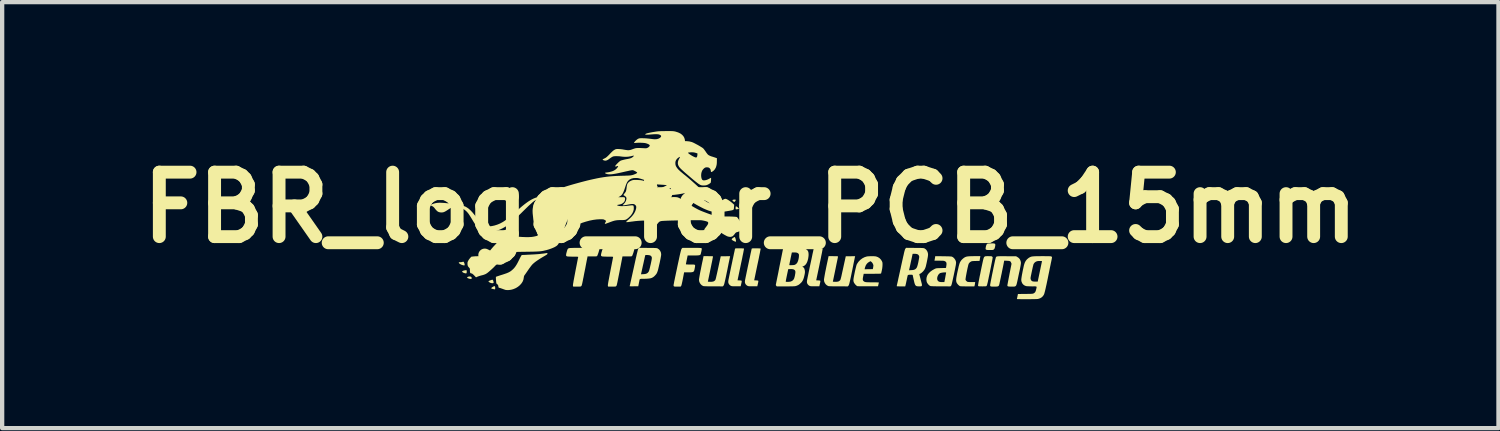
<source format=kicad_pcb>
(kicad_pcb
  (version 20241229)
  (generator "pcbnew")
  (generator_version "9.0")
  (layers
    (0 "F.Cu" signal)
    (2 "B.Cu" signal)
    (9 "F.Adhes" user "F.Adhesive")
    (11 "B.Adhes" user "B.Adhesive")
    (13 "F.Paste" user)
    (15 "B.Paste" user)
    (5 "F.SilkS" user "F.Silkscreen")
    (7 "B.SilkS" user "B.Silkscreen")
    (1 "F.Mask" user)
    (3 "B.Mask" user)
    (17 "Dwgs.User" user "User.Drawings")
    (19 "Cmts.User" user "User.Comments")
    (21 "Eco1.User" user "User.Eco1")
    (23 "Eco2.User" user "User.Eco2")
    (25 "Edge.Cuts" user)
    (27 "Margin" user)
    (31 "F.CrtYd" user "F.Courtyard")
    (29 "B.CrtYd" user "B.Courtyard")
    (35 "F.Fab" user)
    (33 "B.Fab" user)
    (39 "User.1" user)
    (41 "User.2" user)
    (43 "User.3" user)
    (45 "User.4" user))
  (footprint "FBR_logo_for_PCB_15mm"
    (layer "F.Cu")
    (at 14.407 1.777)
    (property "Reference" "FBR_logo_for_PCB_15mm" (at 0 0 0) (layer "F.SilkS") (effects (font (size 1.5 1.5) (thickness 0.3))))
    (attr board_only exclude_from_pos_files exclude_from_bom)
    (fp_poly (pts (xy -0.35 -0.183) (xy -0.34 -0.179) (xy -0.339 -0.169) (xy -0.347 -0.154) (xy -0.35 -0.149) (xy -0.36 -0.135) (xy -0.369 -0.13) (xy -0.38 -0.132) (xy -0.391 -0.138) (xy -0.404 -0.148) (xy -0.414 -0.159) (xy -0.414 -0.16) (xy -0.416 -0.169) (xy -0.41 -0.176) (xy -0.395 -0.181) (xy -0.371 -0.183)) (stroke (width 0) (type solid)) (fill yes) (layer "F.SilkS"))
    (fp_poly (pts (xy -6.516 1.606) (xy -6.497 1.614) (xy -6.485 1.628) (xy -6.481 1.646) (xy -6.481 1.649) (xy -6.487 1.659) (xy -6.502 1.663) (xy -6.524 1.661) (xy -6.551 1.654) (xy -6.568 1.647) (xy -6.581 1.641) (xy -6.586 1.638) (xy -6.589 1.629) (xy -6.583 1.621) (xy -6.57 1.613) (xy -6.554 1.608) (xy -6.535 1.605)) (stroke (width 0) (type solid)) (fill yes) (layer "F.SilkS"))
    (fp_poly (pts (xy -0.143 0.525) (xy -0.134 0.537) (xy -0.124 0.559) (xy -0.121 0.564) (xy -0.11 0.592) (xy -0.105 0.611) (xy -0.107 0.621) (xy -0.117 0.624) (xy -0.134 0.619) (xy -0.16 0.607) (xy -0.161 0.607) (xy -0.184 0.594) (xy -0.196 0.581) (xy -0.198 0.569) (xy -0.191 0.554) (xy -0.177 0.539) (xy -0.163 0.527) (xy -0.152 0.522)) (stroke (width 0) (type solid)) (fill yes) (layer "F.SilkS"))
    (fp_poly (pts (xy -6.599 1.479) (xy -6.597 1.496) (xy -6.599 1.514) (xy -6.604 1.528) (xy -6.61 1.535) (xy -6.61 1.535) (xy -6.618 1.534) (xy -6.633 1.532) (xy -6.645 1.529) (xy -6.67 1.521) (xy -6.69 1.51) (xy -6.702 1.498) (xy -6.706 1.492) (xy -6.702 1.484) (xy -6.689 1.476) (xy -6.671 1.469) (xy -6.648 1.464) (xy -6.631 1.461) (xy -6.602 1.458)) (stroke (width 0) (type solid)) (fill yes) (layer "F.SilkS"))
    (fp_poly (pts (xy -0.179 0.274) (xy -0.16 0.276) (xy -0.142 0.279) (xy -0.128 0.281) (xy -0.124 0.284) (xy -0.123 0.291) (xy -0.13 0.302) (xy -0.141 0.314) (xy -0.155 0.325) (xy -0.169 0.334) (xy -0.18 0.337) (xy -0.187 0.333) (xy -0.196 0.322) (xy -0.201 0.315) (xy -0.212 0.296) (xy -0.215 0.283) (xy -0.21 0.276) (xy -0.206 0.274) (xy -0.196 0.273)) (stroke (width 0) (type solid)) (fill yes) (layer "F.SilkS"))
    (fp_poly (pts (xy -5.944 1.833) (xy -5.942 1.835) (xy -5.938 1.844) (xy -5.936 1.858) (xy -5.936 1.875) (xy -5.936 1.891) (xy -5.939 1.902) (xy -5.941 1.905) (xy -5.949 1.905) (xy -5.964 1.902) (xy -5.984 1.898) (xy -5.988 1.897) (xy -6.012 1.891) (xy -6.025 1.885) (xy -6.028 1.877) (xy -6.021 1.868) (xy -6.004 1.855) (xy -6.002 1.853) (xy -5.976 1.838) (xy -5.957 1.831)) (stroke (width 0) (type solid)) (fill yes) (layer "F.SilkS"))
    (fp_poly (pts (xy -0.319 -0.022) (xy -0.309 -0.015) (xy -0.295 -0.004) (xy -0.282 0.009) (xy -0.271 0.02) (xy -0.266 0.028) (xy -0.265 0.028) (xy -0.27 0.033) (xy -0.283 0.037) (xy -0.299 0.04) (xy -0.317 0.043) (xy -0.331 0.043) (xy -0.339 0.041) (xy -0.339 0.041) (xy -0.341 0.033) (xy -0.343 0.018) (xy -0.342 0.001) (xy -0.341 -0.014) (xy -0.338 -0.024) (xy -0.337 -0.025) (xy -0.329 -0.025)) (stroke (width 0) (type solid)) (fill yes) (layer "F.SilkS"))
    (fp_poly (pts (xy -5.991 1.686) (xy -5.984 1.698) (xy -5.978 1.715) (xy -5.974 1.732) (xy -5.972 1.747) (xy -5.972 1.751) (xy -5.979 1.759) (xy -5.994 1.762) (xy -6.015 1.761) (xy -6.034 1.758) (xy -6.052 1.751) (xy -6.069 1.742) (xy -6.084 1.731) (xy -6.092 1.721) (xy -6.093 1.717) (xy -6.088 1.713) (xy -6.075 1.706) (xy -6.058 1.699) (xy -6.038 1.692) (xy -6.019 1.685) (xy -6.003 1.682) (xy -5.996 1.681)) (stroke (width 0) (type solid)) (fill yes) (layer "F.SilkS"))
    (fp_poly (pts (xy -0.362 0.688) (xy -0.356 0.695) (xy -0.349 0.711) (xy -0.342 0.732) (xy -0.336 0.758) (xy -0.334 0.771) (xy -0.332 0.786) (xy -0.334 0.794) (xy -0.339 0.796) (xy -0.341 0.796) (xy -0.352 0.794) (xy -0.368 0.788) (xy -0.385 0.78) (xy -0.412 0.765) (xy -0.428 0.752) (xy -0.434 0.742) (xy -0.431 0.733) (xy -0.42 0.722) (xy -0.405 0.71) (xy -0.389 0.699) (xy -0.374 0.691) (xy -0.364 0.687)) (stroke (width 0) (type solid)) (fill yes) (layer "F.SilkS"))
    (fp_poly (pts (xy -6.673 1.263) (xy -6.665 1.271) (xy -6.658 1.285) (xy -6.651 1.304) (xy -6.647 1.323) (xy -6.646 1.333) (xy -6.647 1.343) (xy -6.653 1.348) (xy -6.665 1.348) (xy -6.685 1.344) (xy -6.696 1.341) (xy -6.722 1.332) (xy -6.746 1.32) (xy -6.765 1.307) (xy -6.778 1.295) (xy -6.783 1.283) (xy -6.782 1.278) (xy -6.775 1.275) (xy -6.76 1.273) (xy -6.747 1.273) (xy -6.726 1.272) (xy -6.707 1.269) (xy -6.699 1.266) (xy -6.684 1.263)) (stroke (width 0) (type solid)) (fill yes) (layer "F.SilkS"))
    (fp_poly (pts (xy 5.665 0.837) (xy 5.684 0.841) (xy 5.695 0.849) (xy 5.7 0.862) (xy 5.7 0.881) (xy 5.696 0.907) (xy 5.692 0.923) (xy 5.686 0.947) (xy 5.678 0.963) (xy 5.667 0.974) (xy 5.66 0.981) (xy 5.653 0.985) (xy 5.645 0.987) (xy 5.632 0.989) (xy 5.613 0.99) (xy 5.586 0.99) (xy 5.574 0.99) (xy 5.542 0.989) (xy 5.519 0.989) (xy 5.503 0.987) (xy 5.492 0.984) (xy 5.485 0.981) (xy 5.478 0.974) (xy 5.475 0.966) (xy 5.474 0.954) (xy 5.476 0.94) (xy 5.481 0.909) (xy 5.489 0.881) (xy 5.499 0.859) (xy 5.508 0.848) (xy 5.514 0.844) (xy 5.522 0.841) (xy 5.535 0.839) (xy 5.555 0.837) (xy 5.582 0.836) (xy 5.599 0.836) (xy 5.637 0.835)) (stroke (width 0) (type solid)) (fill yes) (layer "F.SilkS"))
    (fp_poly (pts (xy 5.538 1.133) (xy 5.54 1.133) (xy 5.571 1.134) (xy 5.593 1.134) (xy 5.608 1.135) (xy 5.618 1.138) (xy 5.624 1.141) (xy 5.628 1.144) (xy 5.637 1.156) (xy 5.64 1.166) (xy 5.638 1.174) (xy 5.635 1.191) (xy 5.631 1.216) (xy 5.624 1.249) (xy 5.617 1.288) (xy 5.608 1.331) (xy 5.599 1.378) (xy 5.589 1.426) (xy 5.579 1.476) (xy 5.569 1.526) (xy 5.559 1.574) (xy 5.549 1.619) (xy 5.541 1.661) (xy 5.533 1.697) (xy 5.527 1.727) (xy 5.523 1.744) (xy 5.516 1.771) (xy 5.51 1.796) (xy 5.503 1.814) (xy 5.498 1.825) (xy 5.498 1.825) (xy 5.493 1.829) (xy 5.487 1.832) (xy 5.476 1.834) (xy 5.46 1.835) (xy 5.437 1.835) (xy 5.405 1.836) (xy 5.399 1.836) (xy 5.364 1.835) (xy 5.339 1.835) (xy 5.322 1.834) (xy 5.311 1.832) (xy 5.305 1.829) (xy 5.302 1.827) (xy 5.3 1.823) (xy 5.299 1.816) (xy 5.3 1.805) (xy 5.302 1.788) (xy 5.306 1.765) (xy 5.311 1.735) (xy 5.319 1.696) (xy 5.327 1.654) (xy 5.337 1.601) (xy 5.35 1.542) (xy 5.362 1.479) (xy 5.375 1.417) (xy 5.387 1.359) (xy 5.394 1.327) (xy 5.405 1.276) (xy 5.414 1.235) (xy 5.422 1.203) (xy 5.429 1.178) (xy 5.437 1.16) (xy 5.446 1.148) (xy 5.457 1.14) (xy 5.471 1.135) (xy 5.489 1.134) (xy 5.511 1.133)) (stroke (width 0) (type solid)) (fill yes) (layer "F.SilkS"))
    (fp_poly (pts (xy -0.212 0.951) (xy -0.184 0.952) (xy -0.164 0.953) (xy -0.152 0.955) (xy -0.147 0.957) (xy -0.147 0.958) (xy -0.147 0.964) (xy -0.15 0.981) (xy -0.155 1.006) (xy -0.161 1.04) (xy -0.169 1.08) (xy -0.179 1.127) (xy -0.189 1.18) (xy -0.201 1.237) (xy -0.214 1.297) (xy -0.221 1.33) (xy -0.297 1.695) (xy -0.249 1.697) (xy -0.226 1.699) (xy -0.212 1.701) (xy -0.205 1.703) (xy -0.202 1.708) (xy -0.2 1.714) (xy -0.201 1.725) (xy -0.204 1.744) (xy -0.209 1.767) (xy -0.212 1.78) (xy -0.224 1.833) (xy -0.324 1.834) (xy -0.364 1.834) (xy -0.395 1.834) (xy -0.418 1.832) (xy -0.434 1.83) (xy -0.445 1.827) (xy -0.47 1.813) (xy -0.492 1.791) (xy -0.507 1.765) (xy -0.509 1.758) (xy -0.512 1.745) (xy -0.513 1.731) (xy -0.512 1.714) (xy -0.509 1.689) (xy -0.507 1.68) (xy -0.505 1.668) (xy -0.5 1.646) (xy -0.494 1.615) (xy -0.486 1.578) (xy -0.477 1.534) (xy -0.467 1.485) (xy -0.456 1.433) (xy -0.445 1.379) (xy -0.433 1.323) (xy -0.421 1.267) (xy -0.41 1.212) (xy -0.398 1.16) (xy -0.388 1.111) (xy -0.379 1.067) (xy -0.37 1.029) (xy -0.364 0.999) (xy -0.359 0.976) (xy -0.356 0.963) (xy -0.354 0.959) (xy -0.352 0.956) (xy -0.346 0.954) (xy -0.336 0.952) (xy -0.321 0.951) (xy -0.297 0.951) (xy -0.265 0.951) (xy -0.251 0.951)) (stroke (width 0) (type solid)) (fill yes) (layer "F.SilkS"))
    (fp_poly (pts (xy 0.175 0.951) (xy 0.203 0.952) (xy 0.223 0.953) (xy 0.235 0.955) (xy 0.24 0.957) (xy 0.24 0.958) (xy 0.24 0.964) (xy 0.237 0.981) (xy 0.232 1.006) (xy 0.226 1.04) (xy 0.218 1.08) (xy 0.208 1.127) (xy 0.198 1.18) (xy 0.186 1.237) (xy 0.173 1.297) (xy 0.166 1.33) (xy 0.09 1.695) (xy 0.138 1.697) (xy 0.161 1.699) (xy 0.175 1.701) (xy 0.182 1.703) (xy 0.186 1.708) (xy 0.187 1.714) (xy 0.186 1.725) (xy 0.183 1.744) (xy 0.178 1.767) (xy 0.175 1.78) (xy 0.163 1.833) (xy 0.063 1.834) (xy 0.023 1.834) (xy -0.008 1.834) (xy -0.031 1.832) (xy -0.047 1.83) (xy -0.058 1.827) (xy -0.083 1.813) (xy -0.105 1.791) (xy -0.12 1.765) (xy -0.122 1.758) (xy -0.125 1.745) (xy -0.126 1.731) (xy -0.125 1.714) (xy -0.122 1.689) (xy -0.12 1.68) (xy -0.118 1.668) (xy -0.113 1.646) (xy -0.107 1.615) (xy -0.099 1.578) (xy -0.09 1.534) (xy -0.08 1.485) (xy -0.069 1.433) (xy -0.058 1.379) (xy -0.046 1.323) (xy -0.034 1.267) (xy -0.023 1.212) (xy -0.011 1.16) (xy -0.001 1.111) (xy 0.008 1.067) (xy 0.017 1.029) (xy 0.023 0.999) (xy 0.028 0.976) (xy 0.031 0.963) (xy 0.033 0.959) (xy 0.035 0.956) (xy 0.041 0.954) (xy 0.051 0.952) (xy 0.066 0.951) (xy 0.09 0.951) (xy 0.122 0.951) (xy 0.136 0.951)) (stroke (width 0) (type solid)) (fill yes) (layer "F.SilkS"))
    (fp_poly (pts (xy 1.618 0.951) (xy 1.646 0.952) (xy 1.666 0.953) (xy 1.678 0.955) (xy 1.683 0.957) (xy 1.683 0.958) (xy 1.683 0.964) (xy 1.68 0.981) (xy 1.675 1.006) (xy 1.669 1.04) (xy 1.661 1.08) (xy 1.651 1.127) (xy 1.641 1.18) (xy 1.629 1.237) (xy 1.616 1.297) (xy 1.61 1.33) (xy 1.533 1.695) (xy 1.581 1.697) (xy 1.604 1.699) (xy 1.618 1.701) (xy 1.625 1.703) (xy 1.629 1.708) (xy 1.63 1.714) (xy 1.629 1.725) (xy 1.626 1.744) (xy 1.621 1.767) (xy 1.618 1.78) (xy 1.606 1.833) (xy 1.507 1.834) (xy 1.466 1.834) (xy 1.435 1.834) (xy 1.412 1.832) (xy 1.396 1.83) (xy 1.385 1.827) (xy 1.36 1.813) (xy 1.338 1.791) (xy 1.323 1.765) (xy 1.321 1.758) (xy 1.318 1.745) (xy 1.317 1.731) (xy 1.318 1.714) (xy 1.321 1.689) (xy 1.323 1.68) (xy 1.325 1.668) (xy 1.33 1.646) (xy 1.336 1.615) (xy 1.344 1.578) (xy 1.353 1.534) (xy 1.363 1.485) (xy 1.374 1.433) (xy 1.385 1.379) (xy 1.397 1.323) (xy 1.409 1.267) (xy 1.421 1.212) (xy 1.432 1.16) (xy 1.442 1.111) (xy 1.451 1.067) (xy 1.46 1.029) (xy 1.466 0.999) (xy 1.471 0.976) (xy 1.474 0.963) (xy 1.476 0.959) (xy 1.478 0.956) (xy 1.484 0.954) (xy 1.494 0.952) (xy 1.509 0.951) (xy 1.533 0.951) (xy 1.565 0.951) (xy 1.579 0.951)) (stroke (width 0) (type solid)) (fill yes) (layer "F.SilkS"))
    (fp_poly (pts (xy -1.269 -0.305) (xy -1.258 -0.299) (xy -1.247 -0.293) (xy -1.235 -0.285) (xy -1.219 -0.274) (xy -1.2 -0.261) (xy -1.176 -0.244) (xy -1.147 -0.222) (xy -1.11 -0.196) (xy -1.084 -0.177) (xy -1.032 -0.141) (xy -0.986 -0.115) (xy -0.943 -0.096) (xy -0.904 -0.085) (xy -0.866 -0.082) (xy -0.84 -0.083) (xy -0.814 -0.088) (xy -0.788 -0.096) (xy -0.76 -0.108) (xy -0.728 -0.125) (xy -0.692 -0.146) (xy -0.658 -0.166) (xy -0.632 -0.181) (xy -0.613 -0.192) (xy -0.597 -0.198) (xy -0.585 -0.201) (xy -0.575 -0.201) (xy -0.565 -0.199) (xy -0.562 -0.198) (xy -0.543 -0.19) (xy -0.518 -0.176) (xy -0.489 -0.157) (xy -0.46 -0.136) (xy -0.432 -0.114) (xy -0.41 -0.095) (xy -0.375 -0.062) (xy -0.379 -0.013) (xy -0.381 0.014) (xy -0.383 0.033) (xy -0.388 0.046) (xy -0.396 0.055) (xy -0.41 0.061) (xy -0.431 0.067) (xy -0.46 0.072) (xy -0.468 0.074) (xy -0.503 0.08) (xy -0.54 0.086) (xy -0.575 0.092) (xy -0.603 0.096) (xy -0.631 0.1) (xy -0.666 0.103) (xy -0.704 0.105) (xy -0.742 0.107) (xy -0.777 0.107) (xy -0.807 0.107) (xy -0.824 0.106) (xy -0.87 0.1) (xy -0.919 0.089) (xy -0.971 0.073) (xy -1.027 0.051) (xy -1.089 0.024) (xy -1.156 -0.01) (xy -1.231 -0.05) (xy -1.261 -0.067) (xy -1.295 -0.087) (xy -1.33 -0.106) (xy -1.362 -0.124) (xy -1.39 -0.14) (xy -1.412 -0.152) (xy -1.413 -0.152) (xy -1.447 -0.172) (xy -1.48 -0.191) (xy -1.509 -0.21) (xy -1.532 -0.226) (xy -1.541 -0.234) (xy -1.552 -0.246) (xy -1.553 -0.254) (xy -1.543 -0.259) (xy -1.525 -0.26) (xy -1.501 -0.262) (xy -1.47 -0.27) (xy -1.432 -0.282) (xy -1.403 -0.292) (xy -1.375 -0.302) (xy -1.351 -0.309) (xy -1.336 -0.314) (xy -1.303 -0.323)) (stroke (width 0) (type solid)) (fill yes) (layer "F.SilkS"))
    (fp_poly (pts (xy 5.35 1.146) (xy 5.348 1.157) (xy 5.345 1.176) (xy 5.341 1.198) (xy 5.341 1.201) (xy 5.334 1.243) (xy 5.245 1.245) (xy 5.209 1.246) (xy 5.183 1.247) (xy 5.164 1.249) (xy 5.15 1.252) (xy 5.14 1.256) (xy 5.136 1.257) (xy 5.108 1.276) (xy 5.087 1.3) (xy 5.08 1.313) (xy 5.076 1.324) (xy 5.07 1.344) (xy 5.064 1.371) (xy 5.056 1.404) (xy 5.048 1.441) (xy 5.04 1.481) (xy 5.032 1.521) (xy 5.025 1.559) (xy 5.018 1.596) (xy 5.013 1.628) (xy 5.009 1.654) (xy 5.007 1.672) (xy 5.007 1.681) (xy 5.014 1.697) (xy 5.029 1.713) (xy 5.047 1.727) (xy 5.052 1.73) (xy 5.062 1.732) (xy 5.083 1.734) (xy 5.111 1.736) (xy 5.146 1.736) (xy 5.148 1.736) (xy 5.232 1.736) (xy 5.228 1.765) (xy 5.225 1.787) (xy 5.221 1.808) (xy 5.219 1.815) (xy 5.213 1.836) (xy 5.049 1.836) (xy 5.002 1.836) (xy 4.964 1.835) (xy 4.935 1.835) (xy 4.913 1.834) (xy 4.897 1.833) (xy 4.885 1.832) (xy 4.877 1.83) (xy 4.871 1.827) (xy 4.868 1.825) (xy 4.855 1.815) (xy 4.839 1.801) (xy 4.831 1.793) (xy 4.818 1.777) (xy 4.808 1.763) (xy 4.799 1.747) (xy 4.794 1.731) (xy 4.79 1.712) (xy 4.789 1.689) (xy 4.791 1.661) (xy 4.795 1.628) (xy 4.802 1.589) (xy 4.811 1.541) (xy 4.823 1.485) (xy 4.838 1.42) (xy 4.848 1.373) (xy 4.858 1.336) (xy 4.867 1.306) (xy 4.876 1.281) (xy 4.887 1.261) (xy 4.899 1.242) (xy 4.913 1.224) (xy 4.923 1.213) (xy 4.942 1.195) (xy 4.964 1.177) (xy 4.977 1.168) (xy 4.994 1.158) (xy 5.012 1.15) (xy 5.03 1.144) (xy 5.051 1.14) (xy 5.076 1.137) (xy 5.107 1.135) (xy 5.145 1.134) (xy 5.193 1.133) (xy 5.213 1.133) (xy 5.353 1.133)) (stroke (width 0) (type solid)) (fill yes) (layer "F.SilkS"))
    (fp_poly (pts (xy -0.473 1.146) (xy -0.474 1.154) (xy -0.478 1.172) (xy -0.483 1.198) (xy -0.49 1.231) (xy -0.498 1.269) (xy -0.507 1.312) (xy -0.516 1.359) (xy -0.517 1.363) (xy -0.533 1.443) (xy -0.548 1.514) (xy -0.56 1.574) (xy -0.571 1.626) (xy -0.581 1.671) (xy -0.589 1.707) (xy -0.596 1.737) (xy -0.602 1.762) (xy -0.607 1.781) (xy -0.612 1.795) (xy -0.616 1.806) (xy -0.62 1.814) (xy -0.624 1.819) (xy -0.625 1.82) (xy -0.641 1.836) (xy -0.858 1.835) (xy -0.918 1.835) (xy -0.967 1.835) (xy -1.007 1.834) (xy -1.039 1.833) (xy -1.063 1.832) (xy -1.08 1.831) (xy -1.091 1.829) (xy -1.096 1.828) (xy -1.128 1.811) (xy -1.155 1.785) (xy -1.176 1.754) (xy -1.19 1.718) (xy -1.194 1.684) (xy -1.193 1.668) (xy -1.189 1.643) (xy -1.183 1.607) (xy -1.175 1.562) (xy -1.165 1.507) (xy -1.152 1.445) (xy -1.138 1.373) (xy -1.122 1.294) (xy -1.105 1.218) (xy -1.088 1.133) (xy -0.978 1.133) (xy -0.94 1.134) (xy -0.912 1.134) (xy -0.893 1.134) (xy -0.88 1.136) (xy -0.872 1.137) (xy -0.869 1.14) (xy -0.868 1.143) (xy -0.868 1.143) (xy -0.869 1.15) (xy -0.873 1.167) (xy -0.878 1.193) (xy -0.884 1.226) (xy -0.892 1.266) (xy -0.902 1.312) (xy -0.912 1.362) (xy -0.923 1.416) (xy -0.928 1.44) (xy -0.988 1.728) (xy -0.939 1.729) (xy -0.901 1.729) (xy -0.871 1.725) (xy -0.847 1.717) (xy -0.829 1.703) (xy -0.826 1.701) (xy -0.822 1.697) (xy -0.819 1.694) (xy -0.816 1.69) (xy -0.813 1.685) (xy -0.81 1.678) (xy -0.807 1.668) (xy -0.803 1.654) (xy -0.798 1.636) (xy -0.793 1.612) (xy -0.786 1.582) (xy -0.777 1.544) (xy -0.767 1.499) (xy -0.755 1.445) (xy -0.741 1.381) (xy -0.736 1.357) (xy -0.688 1.136) (xy -0.579 1.135) (xy -0.47 1.133)) (stroke (width 0) (type solid)) (fill yes) (layer "F.SilkS"))
    (fp_poly (pts (xy 2.436 1.146) (xy 2.434 1.154) (xy 2.43 1.172) (xy 2.425 1.198) (xy 2.418 1.231) (xy 2.41 1.269) (xy 2.401 1.312) (xy 2.392 1.359) (xy 2.391 1.363) (xy 2.375 1.443) (xy 2.36 1.514) (xy 2.348 1.574) (xy 2.337 1.626) (xy 2.327 1.671) (xy 2.319 1.707) (xy 2.312 1.737) (xy 2.306 1.762) (xy 2.301 1.781) (xy 2.296 1.795) (xy 2.292 1.806) (xy 2.288 1.814) (xy 2.284 1.819) (xy 2.283 1.82) (xy 2.268 1.836) (xy 2.05 1.835) (xy 1.991 1.835) (xy 1.941 1.835) (xy 1.901 1.834) (xy 1.87 1.833) (xy 1.846 1.832) (xy 1.828 1.831) (xy 1.817 1.829) (xy 1.813 1.828) (xy 1.781 1.811) (xy 1.753 1.785) (xy 1.732 1.754) (xy 1.718 1.718) (xy 1.714 1.684) (xy 1.715 1.668) (xy 1.719 1.643) (xy 1.725 1.607) (xy 1.733 1.562) (xy 1.743 1.507) (xy 1.756 1.445) (xy 1.77 1.373) (xy 1.787 1.294) (xy 1.803 1.218) (xy 1.821 1.133) (xy 1.93 1.133) (xy 1.968 1.134) (xy 1.996 1.134) (xy 2.016 1.134) (xy 2.028 1.136) (xy 2.036 1.137) (xy 2.039 1.14) (xy 2.04 1.143) (xy 2.04 1.143) (xy 2.039 1.15) (xy 2.036 1.167) (xy 2.031 1.193) (xy 2.024 1.226) (xy 2.016 1.266) (xy 2.006 1.312) (xy 1.996 1.362) (xy 1.985 1.416) (xy 1.98 1.44) (xy 1.92 1.728) (xy 1.969 1.729) (xy 2.008 1.729) (xy 2.038 1.725) (xy 2.061 1.717) (xy 2.079 1.703) (xy 2.082 1.701) (xy 2.086 1.697) (xy 2.089 1.694) (xy 2.092 1.69) (xy 2.095 1.685) (xy 2.098 1.678) (xy 2.101 1.668) (xy 2.105 1.654) (xy 2.11 1.636) (xy 2.116 1.612) (xy 2.123 1.582) (xy 2.131 1.544) (xy 2.141 1.499) (xy 2.153 1.445) (xy 2.167 1.381) (xy 2.172 1.357) (xy 2.221 1.136) (xy 2.33 1.135) (xy 2.439 1.133)) (stroke (width 0) (type solid)) (fill yes) (layer "F.SilkS"))
    (fp_poly (pts (xy -1.307 0.94) (xy -1.261 0.94) (xy -1.225 0.94) (xy -1.196 0.941) (xy -1.175 0.942) (xy -1.159 0.943) (xy -1.149 0.944) (xy -1.142 0.946) (xy -1.138 0.948) (xy -1.137 0.949) (xy -1.13 0.956) (xy -1.128 0.959) (xy -1.129 0.968) (xy -1.132 0.986) (xy -1.136 1.008) (xy -1.141 1.032) (xy -1.147 1.055) (xy -1.151 1.074) (xy -1.155 1.087) (xy -1.156 1.09) (xy -1.161 1.098) (xy -1.169 1.104) (xy -1.18 1.109) (xy -1.196 1.112) (xy -1.218 1.115) (xy -1.248 1.116) (xy -1.286 1.117) (xy -1.329 1.117) (xy -1.458 1.117) (xy -1.478 1.215) (xy -1.485 1.247) (xy -1.49 1.275) (xy -1.495 1.298) (xy -1.498 1.314) (xy -1.498 1.32) (xy -1.496 1.323) (xy -1.487 1.325) (xy -1.471 1.326) (xy -1.446 1.327) (xy -1.412 1.327) (xy -1.4 1.327) (xy -1.36 1.327) (xy -1.33 1.327) (xy -1.309 1.329) (xy -1.295 1.333) (xy -1.287 1.34) (xy -1.284 1.351) (xy -1.285 1.367) (xy -1.288 1.388) (xy -1.291 1.402) (xy -1.297 1.435) (xy -1.303 1.461) (xy -1.311 1.48) (xy -1.321 1.493) (xy -1.337 1.501) (xy -1.358 1.506) (xy -1.387 1.509) (xy -1.425 1.509) (xy -1.447 1.509) (xy -1.54 1.509) (xy -1.569 1.66) (xy -1.579 1.711) (xy -1.588 1.751) (xy -1.595 1.783) (xy -1.601 1.805) (xy -1.606 1.82) (xy -1.61 1.826) (xy -1.621 1.841) (xy -1.698 1.841) (xy -1.728 1.841) (xy -1.75 1.841) (xy -1.764 1.839) (xy -1.773 1.837) (xy -1.778 1.834) (xy -1.78 1.83) (xy -1.785 1.817) (xy -1.786 1.809) (xy -1.785 1.801) (xy -1.781 1.783) (xy -1.776 1.756) (xy -1.77 1.722) (xy -1.761 1.681) (xy -1.752 1.635) (xy -1.741 1.584) (xy -1.73 1.53) (xy -1.718 1.474) (xy -1.706 1.417) (xy -1.694 1.359) (xy -1.682 1.303) (xy -1.67 1.249) (xy -1.659 1.198) (xy -1.649 1.151) (xy -1.64 1.109) (xy -1.632 1.074) (xy -1.63 1.067) (xy -1.621 1.03) (xy -1.614 1.003) (xy -1.608 0.983) (xy -1.603 0.969) (xy -1.597 0.959) (xy -1.594 0.955) (xy -1.579 0.94) (xy -1.362 0.94)) (stroke (width 0) (type solid)) (fill yes) (layer "F.SilkS"))
    (fp_poly (pts (xy -4.723 1.063) (xy -4.722 1.065) (xy -4.718 1.075) (xy -4.724 1.086) (xy -4.74 1.1) (xy -4.766 1.116) (xy -4.767 1.117) (xy -4.839 1.159) (xy -4.901 1.197) (xy -4.954 1.232) (xy -4.998 1.263) (xy -5.033 1.291) (xy -5.061 1.316) (xy -5.068 1.323) (xy -5.084 1.341) (xy -5.104 1.366) (xy -5.126 1.396) (xy -5.149 1.427) (xy -5.164 1.449) (xy -5.184 1.478) (xy -5.204 1.507) (xy -5.222 1.533) (xy -5.236 1.553) (xy -5.245 1.565) (xy -5.257 1.582) (xy -5.264 1.596) (xy -5.268 1.612) (xy -5.271 1.634) (xy -5.271 1.636) (xy -5.28 1.682) (xy -5.299 1.728) (xy -5.327 1.77) (xy -5.363 1.81) (xy -5.406 1.845) (xy -5.454 1.875) (xy -5.508 1.898) (xy -5.547 1.91) (xy -5.582 1.917) (xy -5.618 1.921) (xy -5.653 1.922) (xy -5.683 1.92) (xy -5.7 1.917) (xy -5.717 1.911) (xy -5.74 1.903) (xy -5.765 1.894) (xy -5.772 1.891) (xy -5.796 1.883) (xy -5.818 1.875) (xy -5.835 1.87) (xy -5.839 1.87) (xy -5.85 1.867) (xy -5.856 1.861) (xy -5.859 1.851) (xy -5.862 1.835) (xy -5.866 1.815) (xy -5.873 1.8) (xy -5.882 1.791) (xy -5.894 1.781) (xy -5.903 1.775) (xy -5.904 1.774) (xy -5.907 1.768) (xy -5.91 1.754) (xy -5.913 1.733) (xy -5.915 1.708) (xy -5.917 1.682) (xy -5.919 1.658) (xy -5.92 1.636) (xy -5.919 1.621) (xy -5.918 1.614) (xy -5.912 1.611) (xy -5.899 1.606) (xy -5.878 1.599) (xy -5.848 1.589) (xy -5.809 1.576) (xy -5.76 1.561) (xy -5.721 1.548) (xy -5.666 1.529) (xy -5.62 1.509) (xy -5.58 1.486) (xy -5.545 1.459) (xy -5.512 1.428) (xy -5.504 1.42) (xy -5.485 1.398) (xy -5.468 1.376) (xy -5.452 1.352) (xy -5.435 1.325) (xy -5.417 1.293) (xy -5.397 1.254) (xy -5.376 1.212) (xy -5.359 1.177) (xy -5.345 1.151) (xy -5.335 1.132) (xy -5.327 1.119) (xy -5.321 1.111) (xy -5.316 1.107) (xy -5.311 1.106) (xy -5.308 1.106) (xy -5.294 1.105) (xy -5.271 1.105) (xy -5.241 1.103) (xy -5.205 1.101) (xy -5.166 1.099) (xy -5.125 1.097) (xy -5.084 1.095) (xy -5.046 1.093) (xy -5.012 1.091) (xy -4.984 1.089) (xy -4.942 1.086) (xy -4.899 1.082) (xy -4.857 1.077) (xy -4.818 1.073) (xy -4.785 1.068) (xy -4.759 1.064) (xy -4.748 1.062) (xy -4.732 1.06)) (stroke (width 0) (type solid)) (fill yes) (layer "F.SilkS"))
    (fp_poly (pts (xy 5.895 1.134) (xy 5.95 1.134) (xy 5.969 1.135) (xy 6.184 1.136) (xy 6.214 1.153) (xy 6.248 1.177) (xy 6.273 1.208) (xy 6.289 1.246) (xy 6.295 1.275) (xy 6.296 1.283) (xy 6.296 1.293) (xy 6.295 1.305) (xy 6.293 1.32) (xy 6.29 1.34) (xy 6.286 1.364) (xy 6.28 1.395) (xy 6.273 1.432) (xy 6.264 1.476) (xy 6.252 1.529) (xy 6.239 1.591) (xy 6.228 1.645) (xy 6.217 1.696) (xy 6.208 1.737) (xy 6.2 1.77) (xy 6.193 1.795) (xy 6.185 1.814) (xy 6.176 1.826) (xy 6.165 1.834) (xy 6.151 1.839) (xy 6.134 1.841) (xy 6.112 1.841) (xy 6.085 1.841) (xy 6.08 1.841) (xy 6.044 1.841) (xy 6.018 1.839) (xy 6 1.837) (xy 5.989 1.832) (xy 5.983 1.825) (xy 5.981 1.816) (xy 5.981 1.813) (xy 5.982 1.805) (xy 5.985 1.787) (xy 5.99 1.761) (xy 5.996 1.727) (xy 6.004 1.687) (xy 6.012 1.643) (xy 6.022 1.594) (xy 6.029 1.555) (xy 6.078 1.31) (xy 6.068 1.285) (xy 6.061 1.268) (xy 6.051 1.256) (xy 6.038 1.249) (xy 6.019 1.244) (xy 5.993 1.241) (xy 5.969 1.24) (xy 5.907 1.237) (xy 5.897 1.289) (xy 5.892 1.316) (xy 5.885 1.351) (xy 5.877 1.391) (xy 5.868 1.435) (xy 5.858 1.482) (xy 5.849 1.53) (xy 5.838 1.578) (xy 5.829 1.624) (xy 5.819 1.668) (xy 5.811 1.708) (xy 5.803 1.742) (xy 5.798 1.769) (xy 5.793 1.788) (xy 5.791 1.795) (xy 5.786 1.811) (xy 5.779 1.823) (xy 5.769 1.831) (xy 5.755 1.837) (xy 5.734 1.84) (xy 5.704 1.841) (xy 5.673 1.841) (xy 5.641 1.841) (xy 5.618 1.84) (xy 5.603 1.839) (xy 5.593 1.836) (xy 5.588 1.833) (xy 5.587 1.832) (xy 5.581 1.821) (xy 5.579 1.808) (xy 5.58 1.8) (xy 5.583 1.782) (xy 5.588 1.755) (xy 5.594 1.722) (xy 5.602 1.682) (xy 5.611 1.638) (xy 5.62 1.59) (xy 5.63 1.541) (xy 5.641 1.49) (xy 5.651 1.439) (xy 5.661 1.39) (xy 5.671 1.344) (xy 5.68 1.301) (xy 5.688 1.264) (xy 5.692 1.245) (xy 5.699 1.215) (xy 5.706 1.189) (xy 5.711 1.169) (xy 5.716 1.156) (xy 5.717 1.153) (xy 5.722 1.148) (xy 5.728 1.144) (xy 5.736 1.141) (xy 5.748 1.138) (xy 5.765 1.136) (xy 5.786 1.135) (xy 5.815 1.134) (xy 5.851 1.134)) (stroke (width 0) (type solid)) (fill yes) (layer "F.SilkS"))
    (fp_poly (pts (xy 4.486 1.135) (xy 4.541 1.136) (xy 4.589 1.137) (xy 4.628 1.138) (xy 4.658 1.14) (xy 4.678 1.142) (xy 4.688 1.143) (xy 4.716 1.158) (xy 4.742 1.181) (xy 4.764 1.211) (xy 4.78 1.243) (xy 4.786 1.27) (xy 4.787 1.28) (xy 4.787 1.292) (xy 4.785 1.307) (xy 4.783 1.327) (xy 4.779 1.351) (xy 4.773 1.381) (xy 4.766 1.418) (xy 4.757 1.462) (xy 4.746 1.515) (xy 4.733 1.577) (xy 4.721 1.631) (xy 4.71 1.681) (xy 4.701 1.721) (xy 4.694 1.752) (xy 4.688 1.776) (xy 4.683 1.794) (xy 4.679 1.806) (xy 4.675 1.815) (xy 4.671 1.82) (xy 4.669 1.823) (xy 4.655 1.836) (xy 4.433 1.835) (xy 4.366 1.835) (xy 4.31 1.834) (xy 4.265 1.833) (xy 4.23 1.832) (xy 4.206 1.83) (xy 4.192 1.829) (xy 4.191 1.828) (xy 4.171 1.818) (xy 4.15 1.8) (xy 4.13 1.777) (xy 4.114 1.752) (xy 4.11 1.746) (xy 4.1 1.712) (xy 4.097 1.673) (xy 4.099 1.651) (xy 4.347 1.651) (xy 4.35 1.679) (xy 4.358 1.698) (xy 4.372 1.714) (xy 4.389 1.726) (xy 4.411 1.732) (xy 4.44 1.736) (xy 4.462 1.736) (xy 4.515 1.736) (xy 4.536 1.627) (xy 4.542 1.593) (xy 4.547 1.564) (xy 4.552 1.539) (xy 4.555 1.522) (xy 4.556 1.513) (xy 4.556 1.513) (xy 4.551 1.51) (xy 4.537 1.51) (xy 4.518 1.51) (xy 4.495 1.512) (xy 4.471 1.515) (xy 4.448 1.519) (xy 4.43 1.523) (xy 4.419 1.526) (xy 4.396 1.541) (xy 4.376 1.564) (xy 4.361 1.592) (xy 4.351 1.621) (xy 4.347 1.651) (xy 4.099 1.651) (xy 4.101 1.633) (xy 4.112 1.594) (xy 4.126 1.565) (xy 4.154 1.528) (xy 4.19 1.493) (xy 4.234 1.461) (xy 4.284 1.433) (xy 4.29 1.43) (xy 4.302 1.424) (xy 4.313 1.42) (xy 4.324 1.417) (xy 4.337 1.414) (xy 4.355 1.413) (xy 4.377 1.412) (xy 4.408 1.411) (xy 4.44 1.41) (xy 4.553 1.407) (xy 4.561 1.356) (xy 4.565 1.322) (xy 4.564 1.297) (xy 4.559 1.278) (xy 4.548 1.264) (xy 4.531 1.252) (xy 4.528 1.251) (xy 4.519 1.247) (xy 4.51 1.243) (xy 4.499 1.241) (xy 4.484 1.24) (xy 4.464 1.239) (xy 4.437 1.239) (xy 4.401 1.238) (xy 4.394 1.238) (xy 4.284 1.238) (xy 4.287 1.226) (xy 4.289 1.215) (xy 4.293 1.196) (xy 4.296 1.174) (xy 4.297 1.173) (xy 4.303 1.133)) (stroke (width 0) (type solid)) (fill yes) (layer "F.SilkS"))
    (fp_poly (pts (xy 2.859 1.134) (xy 2.89 1.135) (xy 2.914 1.138) (xy 2.924 1.139) (xy 2.968 1.155) (xy 3.007 1.18) (xy 3.039 1.213) (xy 3.061 1.248) (xy 3.068 1.264) (xy 3.073 1.278) (xy 3.075 1.293) (xy 3.076 1.314) (xy 3.076 1.335) (xy 3.074 1.373) (xy 3.069 1.417) (xy 3.06 1.464) (xy 3.049 1.512) (xy 3.043 1.533) (xy 3.042 1.535) (xy 3.038 1.537) (xy 3.032 1.539) (xy 3.022 1.54) (xy 3.007 1.541) (xy 2.986 1.542) (xy 2.958 1.542) (xy 2.921 1.542) (xy 2.875 1.543) (xy 2.839 1.543) (xy 2.638 1.543) (xy 2.633 1.569) (xy 2.625 1.609) (xy 2.619 1.64) (xy 2.617 1.664) (xy 2.617 1.682) (xy 2.621 1.695) (xy 2.628 1.706) (xy 2.637 1.716) (xy 2.638 1.716) (xy 2.647 1.723) (xy 2.658 1.729) (xy 2.67 1.733) (xy 2.686 1.737) (xy 2.708 1.739) (xy 2.735 1.74) (xy 2.77 1.741) (xy 2.814 1.742) (xy 2.843 1.742) (xy 2.882 1.742) (xy 2.918 1.742) (xy 2.948 1.743) (xy 2.971 1.744) (xy 2.986 1.745) (xy 2.991 1.746) (xy 2.991 1.746) (xy 2.99 1.753) (xy 2.986 1.768) (xy 2.982 1.787) (xy 2.981 1.791) (xy 2.971 1.833) (xy 2.734 1.834) (xy 2.668 1.834) (xy 2.613 1.834) (xy 2.568 1.834) (xy 2.534 1.833) (xy 2.508 1.832) (xy 2.492 1.831) (xy 2.485 1.829) (xy 2.466 1.815) (xy 2.445 1.795) (xy 2.427 1.772) (xy 2.413 1.751) (xy 2.413 1.75) (xy 2.407 1.737) (xy 2.403 1.724) (xy 2.4 1.71) (xy 2.399 1.694) (xy 2.4 1.674) (xy 2.403 1.65) (xy 2.408 1.62) (xy 2.415 1.584) (xy 2.424 1.539) (xy 2.435 1.485) (xy 2.439 1.468) (xy 2.446 1.438) (xy 2.66 1.438) (xy 2.755 1.436) (xy 2.85 1.435) (xy 2.857 1.402) (xy 2.86 1.381) (xy 2.863 1.361) (xy 2.864 1.352) (xy 2.86 1.331) (xy 2.85 1.307) (xy 2.836 1.285) (xy 2.82 1.267) (xy 2.816 1.265) (xy 2.796 1.25) (xy 2.773 1.262) (xy 2.736 1.285) (xy 2.707 1.315) (xy 2.685 1.351) (xy 2.669 1.395) (xy 2.663 1.42) (xy 2.66 1.438) (xy 2.446 1.438) (xy 2.451 1.417) (xy 2.461 1.377) (xy 2.469 1.346) (xy 2.477 1.325) (xy 2.481 1.316) (xy 2.516 1.264) (xy 2.558 1.22) (xy 2.606 1.184) (xy 2.658 1.157) (xy 2.705 1.142) (xy 2.726 1.138) (xy 2.754 1.136) (xy 2.788 1.134) (xy 2.824 1.134)) (stroke (width 0) (type solid)) (fill yes) (layer "F.SilkS"))
    (fp_poly (pts (xy -3.803 0.94) (xy -3.741 0.94) (xy -3.689 0.94) (xy -3.645 0.941) (xy -3.608 0.942) (xy -3.58 0.943) (xy -3.557 0.944) (xy -3.54 0.946) (xy -3.528 0.948) (xy -3.52 0.952) (xy -3.515 0.955) (xy -3.512 0.96) (xy -3.511 0.965) (xy -3.511 0.969) (xy -3.513 0.981) (xy -3.518 1) (xy -3.525 1.024) (xy -3.533 1.051) (xy -3.542 1.077) (xy -3.551 1.1) (xy -3.558 1.118) (xy -3.564 1.128) (xy -3.564 1.128) (xy -3.568 1.132) (xy -3.574 1.135) (xy -3.583 1.137) (xy -3.596 1.138) (xy -3.617 1.139) (xy -3.645 1.139) (xy -3.68 1.139) (xy -3.787 1.139) (xy -3.792 1.168) (xy -3.795 1.18) (xy -3.799 1.201) (xy -3.805 1.23) (xy -3.812 1.267) (xy -3.82 1.308) (xy -3.829 1.355) (xy -3.838 1.404) (xy -3.842 1.424) (xy -3.857 1.498) (xy -3.87 1.563) (xy -3.88 1.618) (xy -3.89 1.664) (xy -3.897 1.703) (xy -3.904 1.735) (xy -3.909 1.76) (xy -3.914 1.78) (xy -3.918 1.795) (xy -3.921 1.807) (xy -3.924 1.815) (xy -3.926 1.82) (xy -3.929 1.824) (xy -3.931 1.828) (xy -3.932 1.828) (xy -3.937 1.833) (xy -3.943 1.837) (xy -3.951 1.839) (xy -3.964 1.84) (xy -3.983 1.841) (xy -4.01 1.841) (xy -4.032 1.841) (xy -4.119 1.841) (xy -4.126 1.827) (xy -4.127 1.823) (xy -4.127 1.815) (xy -4.126 1.805) (xy -4.125 1.79) (xy -4.122 1.769) (xy -4.117 1.743) (xy -4.112 1.71) (xy -4.104 1.669) (xy -4.095 1.62) (xy -4.084 1.562) (xy -4.071 1.493) (xy -4.07 1.488) (xy -4.059 1.43) (xy -4.048 1.374) (xy -4.038 1.323) (xy -4.029 1.276) (xy -4.021 1.236) (xy -4.015 1.203) (xy -4.01 1.177) (xy -4.006 1.161) (xy -4.005 1.154) (xy -4.005 1.151) (xy -4.007 1.149) (xy -4.013 1.147) (xy -4.024 1.146) (xy -4.042 1.145) (xy -4.068 1.145) (xy -4.102 1.144) (xy -4.12 1.144) (xy -4.157 1.144) (xy -4.191 1.143) (xy -4.221 1.142) (xy -4.243 1.141) (xy -4.257 1.139) (xy -4.259 1.139) (xy -4.273 1.134) (xy -4.282 1.127) (xy -4.286 1.116) (xy -4.286 1.101) (xy -4.283 1.078) (xy -4.275 1.047) (xy -4.274 1.042) (xy -4.266 1.015) (xy -4.259 0.992) (xy -4.252 0.975) (xy -4.247 0.965) (xy -4.247 0.965) (xy -4.242 0.96) (xy -4.237 0.956) (xy -4.231 0.952) (xy -4.223 0.949) (xy -4.212 0.946) (xy -4.198 0.944) (xy -4.178 0.943) (xy -4.154 0.942) (xy -4.123 0.941) (xy -4.085 0.94) (xy -4.039 0.94) (xy -3.984 0.94) (xy -3.92 0.94) (xy -3.876 0.94)) (stroke (width 0) (type solid)) (fill yes) (layer "F.SilkS"))
    (fp_poly (pts (xy -2.991 0.94) (xy -2.928 0.94) (xy -2.876 0.94) (xy -2.832 0.941) (xy -2.796 0.942) (xy -2.767 0.943) (xy -2.744 0.944) (xy -2.727 0.946) (xy -2.715 0.948) (xy -2.707 0.952) (xy -2.702 0.955) (xy -2.699 0.96) (xy -2.698 0.965) (xy -2.698 0.969) (xy -2.7 0.981) (xy -2.705 1) (xy -2.712 1.024) (xy -2.72 1.051) (xy -2.729 1.077) (xy -2.738 1.1) (xy -2.745 1.118) (xy -2.751 1.128) (xy -2.751 1.128) (xy -2.755 1.132) (xy -2.761 1.135) (xy -2.77 1.137) (xy -2.784 1.138) (xy -2.804 1.139) (xy -2.832 1.139) (xy -2.867 1.139) (xy -2.974 1.139) (xy -2.98 1.168) (xy -2.982 1.18) (xy -2.986 1.201) (xy -2.992 1.23) (xy -2.999 1.267) (xy -3.007 1.308) (xy -3.016 1.355) (xy -3.026 1.404) (xy -3.03 1.424) (xy -3.044 1.498) (xy -3.057 1.563) (xy -3.068 1.618) (xy -3.077 1.664) (xy -3.085 1.703) (xy -3.091 1.735) (xy -3.097 1.76) (xy -3.101 1.78) (xy -3.105 1.795) (xy -3.108 1.807) (xy -3.111 1.815) (xy -3.113 1.82) (xy -3.116 1.824) (xy -3.119 1.828) (xy -3.119 1.828) (xy -3.124 1.833) (xy -3.13 1.837) (xy -3.138 1.839) (xy -3.151 1.84) (xy -3.17 1.841) (xy -3.197 1.841) (xy -3.219 1.841) (xy -3.307 1.841) (xy -3.313 1.827) (xy -3.314 1.823) (xy -3.314 1.815) (xy -3.314 1.805) (xy -3.312 1.79) (xy -3.309 1.769) (xy -3.305 1.743) (xy -3.299 1.71) (xy -3.291 1.669) (xy -3.282 1.62) (xy -3.271 1.562) (xy -3.258 1.493) (xy -3.257 1.488) (xy -3.246 1.43) (xy -3.235 1.374) (xy -3.225 1.323) (xy -3.216 1.276) (xy -3.208 1.236) (xy -3.202 1.203) (xy -3.197 1.177) (xy -3.194 1.161) (xy -3.192 1.154) (xy -3.192 1.151) (xy -3.194 1.149) (xy -3.2 1.147) (xy -3.212 1.146) (xy -3.229 1.145) (xy -3.255 1.145) (xy -3.29 1.144) (xy -3.307 1.144) (xy -3.344 1.144) (xy -3.379 1.143) (xy -3.408 1.142) (xy -3.431 1.141) (xy -3.445 1.139) (xy -3.446 1.139) (xy -3.46 1.134) (xy -3.469 1.127) (xy -3.474 1.116) (xy -3.474 1.101) (xy -3.47 1.078) (xy -3.462 1.047) (xy -3.461 1.042) (xy -3.453 1.015) (xy -3.446 0.992) (xy -3.439 0.975) (xy -3.434 0.965) (xy -3.434 0.965) (xy -3.43 0.96) (xy -3.425 0.956) (xy -3.419 0.952) (xy -3.41 0.949) (xy -3.399 0.946) (xy -3.385 0.944) (xy -3.366 0.943) (xy -3.341 0.942) (xy -3.31 0.941) (xy -3.272 0.94) (xy -3.226 0.94) (xy -3.172 0.94) (xy -3.107 0.94) (xy -3.063 0.94)) (stroke (width 0) (type solid)) (fill yes) (layer "F.SilkS"))
    (fp_poly (pts (xy -2.381 0.941) (xy -2.328 0.941) (xy -2.285 0.942) (xy -2.25 0.942) (xy -2.223 0.943) (xy -2.202 0.944) (xy -2.187 0.945) (xy -2.176 0.947) (xy -2.167 0.949) (xy -2.161 0.951) (xy -2.155 0.954) (xy -2.154 0.955) (xy -2.122 0.978) (xy -2.098 1.008) (xy -2.081 1.044) (xy -2.075 1.078) (xy -2.074 1.091) (xy -2.075 1.109) (xy -2.078 1.131) (xy -2.083 1.159) (xy -2.089 1.193) (xy -2.098 1.235) (xy -2.108 1.285) (xy -2.122 1.344) (xy -2.129 1.375) (xy -2.14 1.422) (xy -2.149 1.459) (xy -2.159 1.489) (xy -2.168 1.513) (xy -2.178 1.534) (xy -2.19 1.552) (xy -2.205 1.57) (xy -2.215 1.581) (xy -2.239 1.605) (xy -2.263 1.623) (xy -2.289 1.637) (xy -2.318 1.647) (xy -2.353 1.653) (xy -2.395 1.657) (xy -2.446 1.659) (xy -2.459 1.659) (xy -2.497 1.659) (xy -2.526 1.659) (xy -2.546 1.661) (xy -2.56 1.664) (xy -2.569 1.669) (xy -2.575 1.677) (xy -2.578 1.687) (xy -2.58 1.696) (xy -2.582 1.71) (xy -2.587 1.732) (xy -2.592 1.758) (xy -2.595 1.775) (xy -2.607 1.833) (xy -2.708 1.834) (xy -2.745 1.835) (xy -2.772 1.835) (xy -2.79 1.834) (xy -2.801 1.833) (xy -2.806 1.831) (xy -2.806 1.829) (xy -2.805 1.822) (xy -2.801 1.806) (xy -2.795 1.781) (xy -2.788 1.747) (xy -2.778 1.705) (xy -2.768 1.658) (xy -2.756 1.604) (xy -2.745 1.555) (xy -2.544 1.555) (xy -2.492 1.552) (xy -2.464 1.55) (xy -2.439 1.546) (xy -2.421 1.541) (xy -2.419 1.54) (xy -2.39 1.524) (xy -2.369 1.5) (xy -2.36 1.485) (xy -2.356 1.474) (xy -2.35 1.455) (xy -2.343 1.428) (xy -2.335 1.396) (xy -2.327 1.36) (xy -2.318 1.324) (xy -2.31 1.287) (xy -2.303 1.253) (xy -2.297 1.223) (xy -2.293 1.199) (xy -2.292 1.194) (xy -2.291 1.164) (xy -2.3 1.141) (xy -2.317 1.123) (xy -2.343 1.112) (xy -2.379 1.107) (xy -2.398 1.106) (xy -2.421 1.106) (xy -2.434 1.107) (xy -2.442 1.11) (xy -2.445 1.114) (xy -2.447 1.118) (xy -2.448 1.126) (xy -2.452 1.144) (xy -2.458 1.17) (xy -2.465 1.203) (xy -2.474 1.241) (xy -2.483 1.284) (xy -2.493 1.329) (xy -2.494 1.33) (xy -2.504 1.376) (xy -2.513 1.418) (xy -2.522 1.457) (xy -2.529 1.49) (xy -2.535 1.516) (xy -2.539 1.534) (xy -2.541 1.542) (xy -2.541 1.542) (xy -2.544 1.555) (xy -2.745 1.555) (xy -2.743 1.545) (xy -2.729 1.482) (xy -2.714 1.416) (xy -2.709 1.393) (xy -2.692 1.315) (xy -2.677 1.246) (xy -2.664 1.187) (xy -2.652 1.137) (xy -2.643 1.094) (xy -2.634 1.059) (xy -2.627 1.031) (xy -2.622 1.008) (xy -2.617 0.99) (xy -2.613 0.977) (xy -2.609 0.967) (xy -2.606 0.96) (xy -2.603 0.955) (xy -2.601 0.952) (xy -2.601 0.952) (xy -2.586 0.939)) (stroke (width 0) (type solid)) (fill yes) (layer "F.SilkS"))
    (fp_poly (pts (xy 0.998 0.941) (xy 1.058 0.942) (xy 1.108 0.942) (xy 1.15 0.943) (xy 1.183 0.944) (xy 1.211 0.946) (xy 1.232 0.948) (xy 1.25 0.951) (xy 1.264 0.955) (xy 1.277 0.96) (xy 1.288 0.966) (xy 1.3 0.973) (xy 1.308 0.979) (xy 1.331 0.999) (xy 1.346 1.025) (xy 1.354 1.056) (xy 1.356 1.095) (xy 1.355 1.123) (xy 1.351 1.156) (xy 1.346 1.187) (xy 1.345 1.195) (xy 1.33 1.249) (xy 1.311 1.294) (xy 1.287 1.329) (xy 1.258 1.355) (xy 1.238 1.365) (xy 1.209 1.378) (xy 1.225 1.387) (xy 1.24 1.397) (xy 1.249 1.408) (xy 1.257 1.424) (xy 1.263 1.443) (xy 1.269 1.468) (xy 1.271 1.494) (xy 1.27 1.522) (xy 1.264 1.556) (xy 1.255 1.597) (xy 1.244 1.639) (xy 1.232 1.673) (xy 1.219 1.701) (xy 1.203 1.726) (xy 1.183 1.75) (xy 1.178 1.754) (xy 1.147 1.783) (xy 1.116 1.805) (xy 1.081 1.82) (xy 1.066 1.825) (xy 1.057 1.828) (xy 1.047 1.83) (xy 1.034 1.832) (xy 1.019 1.833) (xy 0.999 1.834) (xy 0.974 1.835) (xy 0.942 1.835) (xy 0.902 1.836) (xy 0.852 1.836) (xy 0.824 1.836) (xy 0.615 1.836) (xy 0.603 1.821) (xy 0.595 1.809) (xy 0.593 1.801) (xy 0.593 1.8) (xy 0.595 1.794) (xy 0.598 1.778) (xy 0.603 1.752) (xy 0.609 1.721) (xy 0.824 1.721) (xy 0.825 1.726) (xy 0.83 1.729) (xy 0.842 1.73) (xy 0.861 1.731) (xy 0.87 1.731) (xy 0.896 1.73) (xy 0.921 1.727) (xy 0.941 1.723) (xy 0.943 1.722) (xy 0.974 1.708) (xy 1 1.685) (xy 1.017 1.659) (xy 1.023 1.642) (xy 1.03 1.618) (xy 1.037 1.59) (xy 1.042 1.56) (xy 1.047 1.531) (xy 1.049 1.508) (xy 1.049 1.492) (xy 1.042 1.469) (xy 1.028 1.452) (xy 1.005 1.44) (xy 0.974 1.434) (xy 0.934 1.433) (xy 0.932 1.433) (xy 0.882 1.435) (xy 0.853 1.573) (xy 0.845 1.611) (xy 0.838 1.646) (xy 0.832 1.676) (xy 0.828 1.699) (xy 0.825 1.715) (xy 0.824 1.721) (xy 0.609 1.721) (xy 0.61 1.718) (xy 0.618 1.677) (xy 0.628 1.629) (xy 0.639 1.575) (xy 0.651 1.517) (xy 0.663 1.454) (xy 0.676 1.387) (xy 0.68 1.367) (xy 0.686 1.337) (xy 0.907 1.337) (xy 0.909 1.341) (xy 0.916 1.343) (xy 0.93 1.343) (xy 0.952 1.343) (xy 0.967 1.342) (xy 0.995 1.341) (xy 1.015 1.339) (xy 1.029 1.336) (xy 1.042 1.331) (xy 1.052 1.325) (xy 1.076 1.306) (xy 1.095 1.28) (xy 1.11 1.244) (xy 1.118 1.217) (xy 1.127 1.175) (xy 1.131 1.138) (xy 1.132 1.109) (xy 1.129 1.087) (xy 1.125 1.081) (xy 1.109 1.064) (xy 1.084 1.052) (xy 1.051 1.047) (xy 1.016 1.046) (xy 0.966 1.048) (xy 0.936 1.189) (xy 0.929 1.227) (xy 0.921 1.262) (xy 0.915 1.292) (xy 0.911 1.316) (xy 0.908 1.331) (xy 0.907 1.337) (xy 0.686 1.337) (xy 0.766 0.94)) (stroke (width 0) (type solid)) (fill yes) (layer "F.SilkS"))
    (fp_poly (pts (xy 6.844 1.133) (xy 6.888 1.134) (xy 6.923 1.134) (xy 6.95 1.134) (xy 6.97 1.135) (xy 6.985 1.136) (xy 6.995 1.137) (xy 7.002 1.139) (xy 7.007 1.141) (xy 7.01 1.144) (xy 7.011 1.145) (xy 7.019 1.159) (xy 7.019 1.168) (xy 7.017 1.176) (xy 7.014 1.193) (xy 7.009 1.219) (xy 7.002 1.253) (xy 6.993 1.294) (xy 6.984 1.34) (xy 6.973 1.391) (xy 6.962 1.446) (xy 6.955 1.482) (xy 6.936 1.573) (xy 6.92 1.654) (xy 6.905 1.725) (xy 6.892 1.788) (xy 6.88 1.841) (xy 6.87 1.887) (xy 6.861 1.925) (xy 6.853 1.957) (xy 6.846 1.983) (xy 6.841 2.002) (xy 6.835 2.017) (xy 6.832 2.026) (xy 6.809 2.062) (xy 6.779 2.091) (xy 6.74 2.114) (xy 6.695 2.128) (xy 6.69 2.129) (xy 6.679 2.13) (xy 6.659 2.131) (xy 6.631 2.132) (xy 6.597 2.132) (xy 6.558 2.133) (xy 6.516 2.134) (xy 6.472 2.134) (xy 6.427 2.134) (xy 6.383 2.134) (xy 6.34 2.134) (xy 6.301 2.134) (xy 6.267 2.133) (xy 6.239 2.133) (xy 6.218 2.132) (xy 6.206 2.131) (xy 6.203 2.13) (xy 6.204 2.123) (xy 6.207 2.108) (xy 6.212 2.087) (xy 6.215 2.07) (xy 6.227 2.013) (xy 6.399 2.012) (xy 6.448 2.011) (xy 6.486 2.01) (xy 6.516 2.01) (xy 6.539 2.009) (xy 6.556 2.008) (xy 6.569 2.006) (xy 6.578 2.004) (xy 6.586 2.002) (xy 6.592 1.998) (xy 6.594 1.997) (xy 6.613 1.985) (xy 6.628 1.969) (xy 6.639 1.947) (xy 6.648 1.918) (xy 6.651 1.904) (xy 6.657 1.88) (xy 6.66 1.863) (xy 6.661 1.851) (xy 6.658 1.843) (xy 6.649 1.838) (xy 6.633 1.836) (xy 6.61 1.835) (xy 6.578 1.836) (xy 6.555 1.836) (xy 6.519 1.835) (xy 6.486 1.834) (xy 6.456 1.833) (xy 6.433 1.831) (xy 6.419 1.83) (xy 6.382 1.816) (xy 6.351 1.794) (xy 6.327 1.765) (xy 6.311 1.729) (xy 6.304 1.69) (xy 6.305 1.673) (xy 6.307 1.653) (xy 6.52 1.653) (xy 6.524 1.671) (xy 6.529 1.683) (xy 6.539 1.7) (xy 6.552 1.712) (xy 6.568 1.719) (xy 6.591 1.723) (xy 6.623 1.725) (xy 6.632 1.725) (xy 6.687 1.725) (xy 6.737 1.486) (xy 6.787 1.247) (xy 6.746 1.245) (xy 6.704 1.245) (xy 6.67 1.251) (xy 6.643 1.262) (xy 6.62 1.278) (xy 6.605 1.295) (xy 6.593 1.313) (xy 6.588 1.323) (xy 6.585 1.335) (xy 6.58 1.355) (xy 6.573 1.382) (xy 6.566 1.415) (xy 6.558 1.451) (xy 6.55 1.489) (xy 6.542 1.526) (xy 6.535 1.561) (xy 6.528 1.592) (xy 6.524 1.617) (xy 6.521 1.632) (xy 6.52 1.653) (xy 6.307 1.653) (xy 6.308 1.646) (xy 6.313 1.611) (xy 6.32 1.569) (xy 6.329 1.522) (xy 6.339 1.47) (xy 6.351 1.416) (xy 6.363 1.359) (xy 6.367 1.342) (xy 6.384 1.289) (xy 6.407 1.244) (xy 6.437 1.207) (xy 6.475 1.175) (xy 6.492 1.165) (xy 6.505 1.157) (xy 6.519 1.151) (xy 6.533 1.146) (xy 6.549 1.142) (xy 6.569 1.139) (xy 6.593 1.137) (xy 6.623 1.135) (xy 6.659 1.134) (xy 6.704 1.134) (xy 6.758 1.133) (xy 6.791 1.133)) (stroke (width 0) (type solid)) (fill yes) (layer "F.SilkS"))
    (fp_poly (pts (xy -4.887 -0.255) (xy -4.884 -0.252) (xy -4.884 -0.25) (xy -4.885 -0.242) (xy -4.894 -0.231) (xy -4.913 -0.217) (xy -4.941 -0.201) (xy -4.957 -0.193) (xy -4.976 -0.183) (xy -4.994 -0.172) (xy -5.013 -0.161) (xy -5.031 -0.148) (xy -5.051 -0.133) (xy -5.073 -0.115) (xy -5.097 -0.093) (xy -5.125 -0.068) (xy -5.158 -0.038) (xy -5.195 -0.002) (xy -5.237 0.039) (xy -5.286 0.087) (xy -5.338 0.139) (xy -5.382 0.181) (xy -5.418 0.217) (xy -5.449 0.247) (xy -5.474 0.272) (xy -5.496 0.293) (xy -5.514 0.31) (xy -5.53 0.324) (xy -5.545 0.337) (xy -5.559 0.349) (xy -5.574 0.361) (xy -5.576 0.363) (xy -5.634 0.407) (xy -5.698 0.447) (xy -5.763 0.484) (xy -5.827 0.514) (xy -5.877 0.533) (xy -5.935 0.549) (xy -5.996 0.561) (xy -6.056 0.567) (xy -6.114 0.568) (xy -6.165 0.564) (xy -6.168 0.564) (xy -6.213 0.552) (xy -6.256 0.532) (xy -6.298 0.504) (xy -6.339 0.467) (xy -6.354 0.452) (xy -6.368 0.436) (xy -6.382 0.419) (xy -6.397 0.398) (xy -6.414 0.373) (xy -6.434 0.342) (xy -6.457 0.304) (xy -6.485 0.258) (xy -6.488 0.252) (xy -6.517 0.206) (xy -6.541 0.168) (xy -6.563 0.137) (xy -6.584 0.112) (xy -6.604 0.091) (xy -6.625 0.072) (xy -6.648 0.054) (xy -6.654 0.05) (xy -6.708 0.016) (xy -6.759 -0.007) (xy -6.807 -0.021) (xy -6.852 -0.025) (xy -6.877 -0.022) (xy -6.903 -0.017) (xy -6.928 -0.009) (xy -6.954 0.003) (xy -6.983 0.02) (xy -7.018 0.042) (xy -7.03 0.05) (xy -7.065 0.073) (xy -7.093 0.09) (xy -7.117 0.102) (xy -7.137 0.11) (xy -7.156 0.114) (xy -7.176 0.116) (xy -7.185 0.116) (xy -7.218 0.114) (xy -7.247 0.107) (xy -7.272 0.095) (xy -7.296 0.075) (xy -7.321 0.048) (xy -7.337 0.028) (xy -7.354 0.006) (xy -7.369 -0.009) (xy -7.383 -0.021) (xy -7.4 -0.03) (xy -7.406 -0.033) (xy -7.423 -0.042) (xy -7.435 -0.05) (xy -7.44 -0.055) (xy -7.439 -0.055) (xy -7.431 -0.062) (xy -7.414 -0.071) (xy -7.391 -0.08) (xy -7.365 -0.089) (xy -7.338 -0.097) (xy -7.32 -0.101) (xy -7.289 -0.106) (xy -7.255 -0.109) (xy -7.215 -0.11) (xy -7.17 -0.108) (xy -7.118 -0.105) (xy -7.057 -0.099) (xy -6.988 -0.091) (xy -6.931 -0.083) (xy -6.866 -0.074) (xy -6.811 -0.066) (xy -6.765 -0.058) (xy -6.725 -0.05) (xy -6.692 -0.042) (xy -6.664 -0.033) (xy -6.639 -0.024) (xy -6.616 -0.013) (xy -6.594 -0.000005) (xy -6.572 0.015) (xy -6.565 0.019) (xy -6.535 0.044) (xy -6.501 0.076) (xy -6.464 0.116) (xy -6.426 0.162) (xy -6.386 0.212) (xy -6.348 0.264) (xy -6.315 0.312) (xy -6.293 0.346) (xy -6.276 0.371) (xy -6.262 0.389) (xy -6.25 0.403) (xy -6.238 0.412) (xy -6.226 0.419) (xy -6.212 0.426) (xy -6.209 0.426) (xy -6.17 0.437) (xy -6.123 0.442) (xy -6.07 0.44) (xy -6.014 0.433) (xy -5.956 0.421) (xy -5.898 0.403) (xy -5.889 0.4) (xy -5.854 0.386) (xy -5.821 0.372) (xy -5.789 0.355) (xy -5.756 0.337) (xy -5.722 0.315) (xy -5.687 0.29) (xy -5.648 0.261) (xy -5.605 0.226) (xy -5.557 0.186) (xy -5.503 0.139) (xy -5.442 0.086) (xy -5.437 0.082) (xy -5.372 0.025) (xy -5.313 -0.026) (xy -5.26 -0.069) (xy -5.211 -0.106) (xy -5.166 -0.138) (xy -5.123 -0.165) (xy -5.083 -0.188) (xy -5.042 -0.208) (xy -5.002 -0.224) (xy -4.96 -0.238) (xy -4.926 -0.249) (xy -4.906 -0.254) (xy -4.894 -0.256)) (stroke (width 0) (type solid)) (fill yes) (layer "F.SilkS"))
    (fp_poly (pts (xy 3.831 0.941) (xy 3.883 0.941) (xy 3.926 0.942) (xy 3.96 0.942) (xy 3.987 0.943) (xy 4.008 0.944) (xy 4.023 0.945) (xy 4.034 0.947) (xy 4.042 0.949) (xy 4.049 0.951) (xy 4.055 0.954) (xy 4.056 0.955) (xy 4.087 0.977) (xy 4.111 1.009) (xy 4.124 1.036) (xy 4.13 1.057) (xy 4.134 1.077) (xy 4.135 1.099) (xy 4.133 1.126) (xy 4.128 1.16) (xy 4.122 1.191) (xy 4.111 1.248) (xy 4.101 1.296) (xy 4.092 1.334) (xy 4.085 1.366) (xy 4.077 1.391) (xy 4.07 1.41) (xy 4.063 1.426) (xy 4.062 1.429) (xy 4.044 1.457) (xy 4.021 1.486) (xy 3.995 1.511) (xy 3.97 1.531) (xy 3.959 1.537) (xy 3.944 1.544) (xy 3.934 1.55) (xy 3.932 1.551) (xy 3.933 1.557) (xy 3.936 1.571) (xy 3.942 1.594) (xy 3.949 1.622) (xy 3.958 1.656) (xy 3.964 1.681) (xy 3.975 1.721) (xy 3.983 1.752) (xy 3.989 1.775) (xy 3.992 1.792) (xy 3.994 1.804) (xy 3.993 1.812) (xy 3.992 1.818) (xy 3.989 1.822) (xy 3.985 1.828) (xy 3.979 1.832) (xy 3.969 1.835) (xy 3.953 1.835) (xy 3.928 1.836) (xy 3.928 1.836) (xy 3.9 1.835) (xy 3.878 1.832) (xy 3.861 1.827) (xy 3.847 1.816) (xy 3.836 1.801) (xy 3.826 1.778) (xy 3.817 1.748) (xy 3.808 1.709) (xy 3.801 1.678) (xy 3.794 1.647) (xy 3.788 1.619) (xy 3.783 1.596) (xy 3.78 1.58) (xy 3.778 1.574) (xy 3.775 1.57) (xy 3.769 1.567) (xy 3.756 1.565) (xy 3.735 1.565) (xy 3.727 1.565) (xy 3.7 1.565) (xy 3.683 1.567) (xy 3.673 1.571) (xy 3.669 1.573) (xy 3.662 1.581) (xy 3.66 1.585) (xy 3.659 1.591) (xy 3.656 1.606) (xy 3.651 1.628) (xy 3.645 1.655) (xy 3.639 1.685) (xy 3.632 1.716) (xy 3.626 1.746) (xy 3.62 1.773) (xy 3.615 1.795) (xy 3.611 1.81) (xy 3.61 1.815) (xy 3.604 1.836) (xy 3.504 1.836) (xy 3.469 1.836) (xy 3.443 1.835) (xy 3.425 1.835) (xy 3.414 1.833) (xy 3.409 1.831) (xy 3.407 1.829) (xy 3.407 1.826) (xy 3.409 1.819) (xy 3.412 1.802) (xy 3.418 1.776) (xy 3.426 1.742) (xy 3.435 1.701) (xy 3.445 1.652) (xy 3.457 1.599) (xy 3.47 1.54) (xy 3.484 1.477) (xy 3.487 1.461) (xy 3.693 1.461) (xy 3.747 1.458) (xy 3.78 1.456) (xy 3.804 1.451) (xy 3.822 1.445) (xy 3.824 1.444) (xy 3.841 1.434) (xy 3.855 1.422) (xy 3.867 1.407) (xy 3.878 1.388) (xy 3.887 1.362) (xy 3.896 1.33) (xy 3.906 1.289) (xy 3.913 1.253) (xy 3.92 1.216) (xy 3.925 1.189) (xy 3.928 1.169) (xy 3.93 1.155) (xy 3.93 1.144) (xy 3.928 1.136) (xy 3.925 1.127) (xy 3.925 1.126) (xy 3.914 1.106) (xy 3.896 1.091) (xy 3.87 1.082) (xy 3.835 1.078) (xy 3.822 1.078) (xy 3.801 1.078) (xy 3.785 1.079) (xy 3.777 1.079) (xy 3.776 1.08) (xy 3.775 1.085) (xy 3.772 1.1) (xy 3.767 1.122) (xy 3.761 1.151) (xy 3.754 1.185) (xy 3.746 1.221) (xy 3.737 1.26) (xy 3.729 1.298) (xy 3.721 1.336) (xy 3.713 1.37) (xy 3.707 1.4) (xy 3.701 1.424) (xy 3.698 1.441) (xy 3.696 1.448) (xy 3.693 1.461) (xy 3.487 1.461) (xy 3.499 1.411) (xy 3.502 1.393) (xy 3.519 1.316) (xy 3.534 1.248) (xy 3.547 1.19) (xy 3.558 1.14) (xy 3.568 1.099) (xy 3.575 1.064) (xy 3.582 1.036) (xy 3.588 1.013) (xy 3.593 0.996) (xy 3.597 0.983) (xy 3.6 0.973) (xy 3.603 0.966) (xy 3.606 0.961) (xy 3.609 0.957) (xy 3.611 0.955) (xy 3.628 0.939)) (stroke (width 0) (type solid)) (fill yes) (layer "F.SilkS"))
    (fp_poly (pts (xy -2.656 -0.641) (xy -2.63 -0.64) (xy -2.594 -0.638) (xy -2.564 -0.636) (xy -2.538 -0.633) (xy -2.512 -0.628) (xy -2.48 -0.62) (xy -2.47 -0.617) (xy -2.44 -0.609) (xy -2.411 -0.601) (xy -2.387 -0.593) (xy -2.371 -0.587) (xy -2.368 -0.586) (xy -2.354 -0.579) (xy -2.348 -0.574) (xy -2.349 -0.568) (xy -2.35 -0.567) (xy -2.359 -0.56) (xy -2.364 -0.558) (xy -2.371 -0.555) (xy -2.372 -0.553) (xy -2.367 -0.548) (xy -2.352 -0.542) (xy -2.33 -0.535) (xy -2.301 -0.528) (xy -2.268 -0.521) (xy -2.232 -0.514) (xy -2.194 -0.508) (xy -2.177 -0.506) (xy -2.161 -0.502) (xy -2.152 -0.498) (xy -2.151 -0.496) (xy -2.156 -0.488) (xy -2.17 -0.478) (xy -2.19 -0.469) (xy -2.215 -0.461) (xy -2.23 -0.457) (xy -2.249 -0.453) (xy -2.264 -0.448) (xy -2.271 -0.446) (xy -2.271 -0.446) (xy -2.271 -0.439) (xy -2.262 -0.43) (xy -2.248 -0.419) (xy -2.232 -0.41) (xy -2.19 -0.394) (xy -2.139 -0.384) (xy -2.081 -0.379) (xy -2.017 -0.38) (xy -1.996 -0.382) (xy -1.973 -0.383) (xy -1.954 -0.384) (xy -1.942 -0.383) (xy -1.939 -0.382) (xy -1.939 -0.375) (xy -1.945 -0.363) (xy -1.956 -0.347) (xy -1.97 -0.332) (xy -1.986 -0.318) (xy -1.991 -0.314) (xy -2.007 -0.304) (xy -2.029 -0.291) (xy -2.055 -0.278) (xy -2.072 -0.269) (xy -2.095 -0.258) (xy -2.113 -0.248) (xy -2.125 -0.241) (xy -2.129 -0.238) (xy -2.123 -0.232) (xy -2.108 -0.229) (xy -2.085 -0.227) (xy -2.054 -0.226) (xy -2.017 -0.226) (xy -1.976 -0.228) (xy -1.931 -0.232) (xy -1.892 -0.236) (xy -1.854 -0.239) (xy -1.815 -0.241) (xy -1.778 -0.243) (xy -1.754 -0.242) (xy -1.732 -0.241) (xy -1.712 -0.239) (xy -1.694 -0.236) (xy -1.677 -0.23) (xy -1.657 -0.222) (xy -1.635 -0.21) (xy -1.608 -0.195) (xy -1.576 -0.174) (xy -1.536 -0.149) (xy -1.522 -0.139) (xy -1.459 -0.099) (xy -1.405 -0.064) (xy -1.357 -0.033) (xy -1.314 -0.007) (xy -1.275 0.015) (xy -1.238 0.035) (xy -1.203 0.053) (xy -1.167 0.07) (xy -1.129 0.086) (xy -1.088 0.102) (xy -1.043 0.119) (xy -0.993 0.138) (xy -0.968 0.147) (xy -0.934 0.159) (xy -0.901 0.17) (xy -0.873 0.18) (xy -0.85 0.187) (xy -0.835 0.191) (xy -0.81 0.196) (xy -0.774 0.201) (xy -0.728 0.204) (xy -0.674 0.207) (xy -0.611 0.209) (xy -0.542 0.21) (xy -0.527 0.21) (xy -0.475 0.21) (xy -0.428 0.212) (xy -0.387 0.214) (xy -0.354 0.216) (xy -0.329 0.219) (xy -0.313 0.222) (xy -0.31 0.224) (xy -0.303 0.231) (xy -0.291 0.246) (xy -0.277 0.266) (xy -0.261 0.289) (xy -0.245 0.314) (xy -0.23 0.338) (xy -0.217 0.359) (xy -0.212 0.369) (xy -0.197 0.404) (xy -0.187 0.437) (xy -0.183 0.459) (xy -0.18 0.483) (xy -0.179 0.5) (xy -0.184 0.511) (xy -0.194 0.521) (xy -0.211 0.532) (xy -0.224 0.539) (xy -0.248 0.552) (xy -0.269 0.561) (xy -0.291 0.569) (xy -0.314 0.575) (xy -0.326 0.579) (xy -0.337 0.586) (xy -0.348 0.597) (xy -0.362 0.615) (xy -0.368 0.623) (xy -0.388 0.647) (xy -0.405 0.664) (xy -0.421 0.674) (xy -0.422 0.675) (xy -0.455 0.684) (xy -0.492 0.683) (xy -0.53 0.673) (xy -0.533 0.672) (xy -0.55 0.664) (xy -0.574 0.651) (xy -0.601 0.637) (xy -0.624 0.623) (xy -0.671 0.595) (xy -0.711 0.574) (xy -0.745 0.558) (xy -0.776 0.547) (xy -0.804 0.54) (xy -0.832 0.537) (xy -0.86 0.538) (xy -0.863 0.538) (xy -0.885 0.54) (xy -0.904 0.543) (xy -0.916 0.545) (xy -0.917 0.545) (xy -0.925 0.547) (xy -0.928 0.542) (xy -0.928 0.53) (xy -0.927 0.518) (xy -0.931 0.513) (xy -0.941 0.51) (xy -0.949 0.51) (xy -0.967 0.51) (xy -0.989 0.513) (xy -1.009 0.517) (xy -1.037 0.523) (xy -1.057 0.525) (xy -1.068 0.524) (xy -1.072 0.517) (xy -1.067 0.505) (xy -1.055 0.486) (xy -1.035 0.46) (xy -1.025 0.447) (xy -1.001 0.414) (xy -0.985 0.386) (xy -0.979 0.363) (xy -0.982 0.345) (xy -0.991 0.335) (xy -1.007 0.328) (xy -1.031 0.32) (xy -1.061 0.312) (xy -1.095 0.305) (xy -1.129 0.299) (xy -1.139 0.298) (xy -1.155 0.297) (xy -1.18 0.296) (xy -1.215 0.296) (xy -1.257 0.296) (xy -1.306 0.296) (xy -1.361 0.296) (xy -1.421 0.297) (xy -1.484 0.298) (xy -1.551 0.299) (xy -1.618 0.3) (xy -1.686 0.301) (xy -1.754 0.303) (xy -1.82 0.304) (xy -1.884 0.306) (xy -1.944 0.308) (xy -1.963 0.309) (xy -2.008 0.311) (xy -2.043 0.313) (xy -2.07 0.316) (xy -2.091 0.321) (xy -2.108 0.328) (xy -2.123 0.338) (xy -2.137 0.352) (xy -2.152 0.37) (xy -2.161 0.382) (xy -2.176 0.4) (xy -2.19 0.415) (xy -2.2 0.424) (xy -2.204 0.426) (xy -2.211 0.422) (xy -2.223 0.412) (xy -2.239 0.397) (xy -2.245 0.391) (xy -2.282 0.358) (xy -2.325 0.333) (xy -2.374 0.315) (xy -2.386 0.312) (xy -2.415 0.307) (xy -2.454 0.305) (xy -2.501 0.305) (xy -2.555 0.308) (xy -2.614 0.312) (xy -2.678 0.318) (xy -2.745 0.327) (xy -2.756 0.328) (xy -2.8 0.334) (xy -2.836 0.339) (xy -2.863 0.341) (xy -2.881 0.342) (xy -2.889 0.341) (xy -2.889 0.341) (xy -2.888 0.335) (xy -2.878 0.323) (xy -2.86 0.306) (xy -2.856 0.302) (xy -2.808 0.259) (xy -2.767 0.219) (xy -2.735 0.182) (xy -2.71 0.149) (xy -2.704 0.139) (xy -2.68 0.094) (xy -2.664 0.052) (xy -2.655 0.015) (xy -2.654 -0.003) (xy -2.655 -0.022) (xy -2.659 -0.036) (xy -2.669 -0.05) (xy -2.671 -0.052) (xy -2.685 -0.065) (xy -2.7 -0.074) (xy -2.719 -0.08) (xy -2.742 -0.081) (xy -2.771 -0.079) (xy -2.808 -0.074) (xy -2.854 -0.065) (xy -2.862 -0.063) (xy -2.896 -0.057) (xy -2.925 -0.052) (xy -2.947 -0.05) (xy -2.963 -0.05) (xy -2.969 -0.052) (xy -2.969 -0.053) (xy -2.965 -0.058) (xy -2.956 -0.069) (xy -2.943 -0.082) (xy -2.942 -0.083) (xy -2.915 -0.115) (xy -2.895 -0.151) (xy -2.884 -0.188) (xy -2.883 -0.197) (xy -2.882 -0.216) (xy -2.885 -0.23) (xy -2.893 -0.243) (xy -2.906 -0.258) (xy -2.924 -0.271) (xy -2.929 -0.273) (xy -2.943 -0.281) (xy -2.951 -0.288) (xy -2.952 -0.29) (xy -2.949 -0.297) (xy -2.94 -0.31) (xy -2.928 -0.326) (xy -2.924 -0.331) (xy -2.911 -0.347) (xy -2.902 -0.362) (xy -2.894 -0.377) (xy -2.889 -0.394) (xy -2.885 -0.417) (xy -2.88 -0.446) (xy -2.878 -0.467) (xy -2.873 -0.499) (xy -2.868 -0.524) (xy -2.863 -0.542) (xy -2.856 -0.556) (xy -2.833 -0.585) (xy -2.802 -0.609) (xy -2.764 -0.627) (xy -2.752 -0.631) (xy -2.736 -0.636) (xy -2.721 -0.639) (xy -2.704 -0.64) (xy -2.683 -0.641)) (stroke (width 0) (type solid)) (fill yes) (layer "F.SilkS"))
    (fp_poly (pts (xy -1.87 -1.777) (xy -1.84 -1.777) (xy -1.815 -1.776) (xy -1.796 -1.775) (xy -1.78 -1.773) (xy -1.766 -1.771) (xy -1.752 -1.768) (xy -1.739 -1.765) (xy -1.68 -1.746) (xy -1.629 -1.722) (xy -1.588 -1.692) (xy -1.557 -1.658) (xy -1.535 -1.619) (xy -1.523 -1.576) (xy -1.523 -1.572) (xy -1.519 -1.543) (xy -1.485 -1.543) (xy -1.421 -1.537) (xy -1.36 -1.522) (xy -1.336 -1.512) (xy -1.314 -1.502) (xy -1.285 -1.487) (xy -1.253 -1.47) (xy -1.219 -1.452) (xy -1.186 -1.433) (xy -1.155 -1.414) (xy -1.129 -1.398) (xy -1.109 -1.385) (xy -1.099 -1.377) (xy -1.088 -1.366) (xy -1.073 -1.347) (xy -1.056 -1.324) (xy -1.038 -1.299) (xy -1.037 -1.296) (xy -1.016 -1.266) (xy -0.998 -1.243) (xy -0.981 -1.225) (xy -0.96 -1.212) (xy -0.936 -1.2) (xy -0.904 -1.188) (xy -0.88 -1.181) (xy -0.853 -1.172) (xy -0.828 -1.164) (xy -0.808 -1.157) (xy -0.796 -1.153) (xy -0.777 -1.146) (xy -0.778 -1.083) (xy -0.779 -1.035) (xy -0.783 -0.996) (xy -0.791 -0.963) (xy -0.801 -0.933) (xy -0.806 -0.921) (xy -0.83 -0.882) (xy -0.861 -0.85) (xy -0.88 -0.837) (xy -0.898 -0.827) (xy -0.91 -0.824) (xy -0.916 -0.83) (xy -0.918 -0.844) (xy -0.918 -0.847) (xy -0.923 -0.877) (xy -0.937 -0.904) (xy -0.957 -0.922) (xy -0.977 -0.931) (xy -1.004 -0.934) (xy -1.031 -0.933) (xy -1.052 -0.927) (xy -1.069 -0.916) (xy -1.088 -0.899) (xy -1.106 -0.878) (xy -1.12 -0.857) (xy -1.12 -0.856) (xy -1.133 -0.824) (xy -1.141 -0.788) (xy -1.144 -0.75) (xy -1.142 -0.714) (xy -1.136 -0.681) (xy -1.125 -0.654) (xy -1.116 -0.642) (xy -1.101 -0.633) (xy -1.078 -0.63) (xy -1.05 -0.633) (xy -1.018 -0.641) (xy -0.984 -0.654) (xy -0.95 -0.672) (xy -0.949 -0.672) (xy -0.933 -0.682) (xy -0.92 -0.688) (xy -0.914 -0.691) (xy -0.914 -0.691) (xy -0.913 -0.686) (xy -0.912 -0.673) (xy -0.913 -0.654) (xy -0.914 -0.633) (xy -0.916 -0.612) (xy -0.918 -0.594) (xy -0.92 -0.582) (xy -0.92 -0.579) (xy -0.929 -0.569) (xy -0.945 -0.557) (xy -0.966 -0.543) (xy -0.99 -0.531) (xy -1.006 -0.524) (xy -1.028 -0.517) (xy -1.052 -0.513) (xy -1.082 -0.512) (xy -1.086 -0.512) (xy -1.103 -0.512) (xy -1.119 -0.513) (xy -1.134 -0.515) (xy -1.149 -0.52) (xy -1.165 -0.526) (xy -1.183 -0.536) (xy -1.204 -0.549) (xy -1.227 -0.566) (xy -1.255 -0.588) (xy -1.288 -0.614) (xy -1.327 -0.646) (xy -1.372 -0.684) (xy -1.424 -0.729) (xy -1.451 -0.752) (xy -1.498 -0.792) (xy -1.537 -0.826) (xy -1.569 -0.855) (xy -1.595 -0.879) (xy -1.616 -0.899) (xy -1.632 -0.916) (xy -1.645 -0.931) (xy -1.656 -0.944) (xy -1.658 -0.948) (xy -1.678 -0.985) (xy -1.686 -1.022) (xy -1.684 -1.062) (xy -1.671 -1.104) (xy -1.648 -1.148) (xy -1.648 -1.148) (xy -1.64 -1.163) (xy -1.636 -1.173) (xy -1.637 -1.177) (xy -1.645 -1.175) (xy -1.659 -1.168) (xy -1.676 -1.157) (xy -1.692 -1.144) (xy -1.705 -1.132) (xy -1.71 -1.126) (xy -1.728 -1.101) (xy -1.738 -1.077) (xy -1.743 -1.053) (xy -1.744 -1.031) (xy -1.742 -1.004) (xy -1.738 -0.982) (xy -1.73 -0.962) (xy -1.72 -0.943) (xy -1.708 -0.925) (xy -1.694 -0.906) (xy -1.676 -0.885) (xy -1.653 -0.863) (xy -1.625 -0.837) (xy -1.59 -0.808) (xy -1.549 -0.773) (xy -1.512 -0.744) (xy -1.477 -0.715) (xy -1.439 -0.683) (xy -1.4 -0.65) (xy -1.36 -0.615) (xy -1.321 -0.58) (xy -1.284 -0.547) (xy -1.25 -0.516) (xy -1.22 -0.488) (xy -1.196 -0.465) (xy -1.179 -0.447) (xy -1.174 -0.442) (xy -1.164 -0.428) (xy -1.163 -0.416) (xy -1.17 -0.404) (xy -1.183 -0.391) (xy -1.2 -0.38) (xy -1.225 -0.368) (xy -1.253 -0.357) (xy -1.282 -0.348) (xy -1.311 -0.341) (xy -1.335 -0.338) (xy -1.353 -0.338) (xy -1.357 -0.339) (xy -1.363 -0.342) (xy -1.363 -0.348) (xy -1.357 -0.359) (xy -1.355 -0.362) (xy -1.348 -0.373) (xy -1.347 -0.379) (xy -1.351 -0.38) (xy -1.363 -0.378) (xy -1.385 -0.371) (xy -1.387 -0.37) (xy -1.479 -0.344) (xy -1.576 -0.323) (xy -1.674 -0.306) (xy -1.769 -0.294) (xy -1.819 -0.29) (xy -1.847 -0.289) (xy -1.873 -0.287) (xy -1.895 -0.285) (xy -1.903 -0.284) (xy -1.92 -0.284) (xy -1.929 -0.286) (xy -1.93 -0.287) (xy -1.927 -0.294) (xy -1.92 -0.308) (xy -1.909 -0.328) (xy -1.896 -0.353) (xy -1.888 -0.367) (xy -1.874 -0.394) (xy -1.862 -0.417) (xy -1.853 -0.435) (xy -1.847 -0.446) (xy -1.847 -0.448) (xy -1.851 -0.452) (xy -1.857 -0.451) (xy -1.891 -0.442) (xy -1.932 -0.435) (xy -1.978 -0.43) (xy -2.008 -0.427) (xy -2.036 -0.426) (xy -2.055 -0.426) (xy -2.067 -0.427) (xy -2.073 -0.429) (xy -2.076 -0.432) (xy -2.077 -0.433) (xy -2.077 -0.44) (xy -2.072 -0.448) (xy -2.06 -0.457) (xy -2.042 -0.467) (xy -2.015 -0.481) (xy -1.979 -0.497) (xy -1.971 -0.501) (xy -1.954 -0.509) (xy -1.945 -0.514) (xy -1.945 -0.517) (xy -1.95 -0.519) (xy -1.953 -0.52) (xy -1.963 -0.521) (xy -1.982 -0.523) (xy -2.008 -0.526) (xy -2.039 -0.528) (xy -2.074 -0.53) (xy -2.082 -0.531) (xy -2.134 -0.534) (xy -2.175 -0.537) (xy -2.206 -0.54) (xy -2.229 -0.543) (xy -2.243 -0.547) (xy -2.25 -0.551) (xy -2.249 -0.556) (xy -2.244 -0.56) (xy -2.241 -0.563) (xy -2.245 -0.567) (xy -2.258 -0.571) (xy -2.279 -0.577) (xy -2.283 -0.578) (xy -2.303 -0.584) (xy -2.332 -0.593) (xy -2.366 -0.604) (xy -2.401 -0.616) (xy -2.433 -0.627) (xy -2.481 -0.645) (xy -2.522 -0.659) (xy -2.555 -0.669) (xy -2.583 -0.676) (xy -2.607 -0.682) (xy -2.63 -0.685) (xy -2.653 -0.686) (xy -2.67 -0.686) (xy -2.72 -0.683) (xy -2.763 -0.672) (xy -2.802 -0.653) (xy -2.816 -0.644) (xy -2.834 -0.628) (xy -2.85 -0.611) (xy -2.864 -0.59) (xy -2.878 -0.563) (xy -2.892 -0.529) (xy -2.907 -0.486) (xy -2.912 -0.47) (xy -2.929 -0.418) (xy -2.945 -0.376) (xy -2.96 -0.342) (xy -2.975 -0.315) (xy -2.991 -0.293) (xy -3.009 -0.276) (xy -3.03 -0.261) (xy -3.049 -0.25) (xy -3.071 -0.238) (xy -3.002 -0.239) (xy -2.969 -0.24) (xy -2.945 -0.239) (xy -2.93 -0.236) (xy -2.92 -0.23) (xy -2.916 -0.22) (xy -2.914 -0.206) (xy -2.914 -0.195) (xy -2.919 -0.161) (xy -2.934 -0.131) (xy -2.958 -0.106) (xy -2.99 -0.085) (xy -3.03 -0.071) (xy -3.071 -0.063) (xy -3.088 -0.06) (xy -3.099 -0.057) (xy -3.102 -0.055) (xy -3.097 -0.051) (xy -3.085 -0.045) (xy -3.075 -0.041) (xy -3.055 -0.035) (xy -3.025 -0.032) (xy -2.988 -0.031) (xy -2.946 -0.032) (xy -2.902 -0.034) (xy -2.857 -0.039) (xy -2.84 -0.041) (xy -2.8 -0.046) (xy -2.769 -0.049) (xy -2.747 -0.049) (xy -2.732 -0.048) (xy -2.723 -0.044) (xy -2.72 -0.042) (xy -2.716 -0.032) (xy -2.713 -0.015) (xy -2.711 0.002) (xy -2.712 0.047) (xy -2.725 0.094) (xy -2.747 0.14) (xy -2.779 0.185) (xy -2.82 0.227) (xy -2.84 0.245) (xy -2.861 0.262) (xy -2.879 0.274) (xy -2.896 0.283) (xy -2.914 0.288) (xy -2.935 0.291) (xy -2.963 0.293) (xy -2.998 0.293) (xy -3.007 0.293) (xy -3.054 0.294) (xy -3.094 0.296) (xy -3.13 0.301) (xy -3.164 0.308) (xy -3.201 0.319) (xy -3.243 0.334) (xy -3.26 0.34) (xy -3.298 0.355) (xy -3.327 0.365) (xy -3.348 0.373) (xy -3.363 0.378) (xy -3.372 0.38) (xy -3.378 0.381) (xy -3.382 0.38) (xy -3.384 0.378) (xy -3.384 0.371) (xy -3.377 0.356) (xy -3.371 0.346) (xy -3.361 0.329) (xy -3.359 0.316) (xy -3.364 0.305) (xy -3.379 0.295) (xy -3.392 0.288) (xy -3.404 0.282) (xy -3.415 0.278) (xy -3.428 0.276) (xy -3.445 0.275) (xy -3.469 0.274) (xy -3.494 0.274) (xy -3.571 0.278) (xy -3.654 0.289) (xy -3.739 0.306) (xy -3.824 0.329) (xy -3.906 0.355) (xy -3.982 0.386) (xy -4.021 0.405) (xy -4.044 0.417) (xy -4.065 0.429) (xy -4.084 0.441) (xy -4.104 0.456) (xy -4.125 0.473) (xy -4.15 0.495) (xy -4.179 0.522) (xy -4.215 0.555) (xy -4.218 0.558) (xy -4.244 0.582) (xy -4.267 0.602) (xy -4.285 0.618) (xy -4.298 0.628) (xy -4.305 0.632) (xy -4.306 0.631) (xy -4.306 0.626) (xy -4.304 0.616) (xy -4.301 0.601) (xy -4.294 0.579) (xy -4.285 0.55) (xy -4.273 0.512) (xy -4.258 0.466) (xy -4.248 0.434) (xy -4.216 0.341) (xy -4.183 0.249) (xy -4.148 0.162) (xy -4.114 0.081) (xy -4.081 0.008) (xy -4.066 -0.024) (xy -4.055 -0.045) (xy -4.048 -0.063) (xy -4.043 -0.075) (xy -4.043 -0.078) (xy -4.047 -0.078) (xy -4.055 -0.069) (xy -4.068 -0.053) (xy -4.083 -0.031) (xy -4.1 -0.003) (xy -4.119 0.028) (xy -4.139 0.061) (xy -4.159 0.096) (xy -4.178 0.132) (xy -4.186 0.147) (xy -4.209 0.194) (xy -4.232 0.243) (xy -4.255 0.295) (xy -4.278 0.352) (xy -4.303 0.415) (xy -4.328 0.484) (xy -4.356 0.562) (xy -4.386 0.648) (xy -4.387 0.652) (xy -4.405 0.705) (xy -4.421 0.749) (xy -4.435 0.784) (xy -4.447 0.812) (xy -4.458 0.835) (xy -4.469 0.853) (xy -4.48 0.868) (xy -4.492 0.881) (xy -4.493 0.883) (xy -4.517 0.901) (xy -4.551 0.921) (xy -4.592 0.94) (xy -4.64 0.959) (xy -4.692 0.977) (xy -4.748 0.993) (xy -4.805 1.006) (xy -4.816 1.009) (xy -4.835 1.012) (xy -4.854 1.015) (xy -4.873 1.018) (xy -4.894 1.02) (xy -4.918 1.022) (xy -4.946 1.024) (xy -4.979 1.025) (xy -5.017 1.027) (xy -5.062 1.028) (xy -5.115 1.029) (xy -5.177 1.03) (xy -5.248 1.031) (xy -5.269 1.032) (xy -5.321 1.032) (xy -5.373 1.033) (xy -5.422 1.034) (xy -5.467 1.036) (xy -5.506 1.037) (xy -5.538 1.038) (xy -5.561 1.039) (xy -5.563 1.039) (xy -5.592 1.041) (xy -5.614 1.043) (xy -5.631 1.046) (xy -5.647 1.051) (xy -5.664 1.059) (xy -5.685 1.069) (xy -5.738 1.095) (xy -5.766 1.14) (xy -5.809 1.205) (xy -5.86 1.272) (xy -5.917 1.338) (xy -5.979 1.402) (xy -6.026 1.445) (xy -6.062 1.477) (xy -6.091 1.502) (xy -6.116 1.522) (xy -6.138 1.537) (xy -6.158 1.549) (xy -6.18 1.558) (xy -6.204 1.567) (xy -6.232 1.575) (xy -6.253 1.58) (xy -6.282 1.588) (xy -6.311 1.597) (xy -6.336 1.606) (xy -6.35 1.611) (xy -6.382 1.626) (xy -6.424 1.582) (xy -6.444 1.562) (xy -6.459 1.549) (xy -6.47 1.541) (xy -6.482 1.536) (xy -6.49 1.534) (xy -6.504 1.531) (xy -6.514 1.524) (xy -6.52 1.512) (xy -6.523 1.493) (xy -6.524 1.466) (xy -6.524 1.46) (xy -6.524 1.439) (xy -6.526 1.424) (xy -6.53 1.415) (xy -6.537 1.406) (xy -6.544 1.399) (xy -6.562 1.378) (xy -6.573 1.358) (xy -6.579 1.335) (xy -6.58 1.311) (xy -6.58 1.29) (xy -6.578 1.274) (xy -6.572 1.257) (xy -6.561 1.236) (xy -6.561 1.235) (xy -6.547 1.212) (xy -6.529 1.188) (xy -6.514 1.17) (xy -6.487 1.144) (xy -6.432 1.139) (xy -6.401 1.136) (xy -6.368 1.135) (xy -6.337 1.134) (xy -6.33 1.134) (xy -6.285 1.132) (xy -6.24 1.126) (xy -6.199 1.117) (xy -6.162 1.106) (xy -6.132 1.094) (xy -6.114 1.082) (xy -6.105 1.072) (xy -6.092 1.056) (xy -6.077 1.035) (xy -6.066 1.02) (xy -6.051 0.999) (xy -6.03 0.972) (xy -6.005 0.943) (xy -5.98 0.914) (xy -5.965 0.898) (xy -5.936 0.867) (xy -5.913 0.842) (xy -5.897 0.822) (xy -5.885 0.807) (xy -5.879 0.795) (xy -5.876 0.785) (xy -5.876 0.776) (xy -5.878 0.766) (xy -5.878 0.766) (xy -5.882 0.736) (xy -5.879 0.704) (xy -5.871 0.673) (xy -5.867 0.665) (xy -5.852 0.644) (xy -5.829 0.62) (xy -5.799 0.594) (xy -5.77 0.573) (xy -5.754 0.561) (xy -5.742 0.556) (xy -5.734 0.555) (xy -5.725 0.558) (xy -5.722 0.559) (xy -5.712 0.565) (xy -5.695 0.578) (xy -5.675 0.594) (xy -5.654 0.614) (xy -5.651 0.617) (xy -5.631 0.636) (xy -5.615 0.65) (xy -5.602 0.66) (xy -5.588 0.667) (xy -5.572 0.671) (xy -5.552 0.674) (xy -5.525 0.675) (xy -5.49 0.677) (xy -5.482 0.677) (xy -5.445 0.679) (xy -5.403 0.681) (xy -5.36 0.683) (xy -5.322 0.686) (xy -5.322 0.686) (xy -5.25 0.689) (xy -5.188 0.691) (xy -5.133 0.689) (xy -5.085 0.686) (xy -5.04 0.679) (xy -4.999 0.67) (xy -4.984 0.666) (xy -4.968 0.662) (xy -4.955 0.657) (xy -4.948 0.652) (xy -4.944 0.643) (xy -4.944 0.631) (xy -4.948 0.613) (xy -4.956 0.587) (xy -4.967 0.553) (xy -4.97 0.545) (xy -5.001 0.446) (xy -5.025 0.356) (xy -5.044 0.275) (xy -5.057 0.201) (xy -5.064 0.135) (xy -5.066 0.075) (xy -5.063 0.033) (xy -5.058 -0.001) (xy -5.05 -0.031) (xy -5.038 -0.057) (xy -5.02 -0.082) (xy -4.996 -0.107) (xy -4.965 -0.133) (xy -4.925 -0.162) (xy -4.899 -0.179) (xy -4.81 -0.236) (xy -4.726 -0.288) (xy -4.647 -0.334) (xy -4.574 -0.374) (xy -4.507 -0.407) (xy -4.448 -0.433) (xy -4.448 -0.433) (xy -4.408 -0.449) (xy -4.358 -0.466) (xy -4.3 -0.485) (xy -4.236 -0.505) (xy -4.166 -0.526) (xy -4.092 -0.547) (xy -4.016 -0.568) (xy -3.939 -0.589) (xy -3.863 -0.609) (xy -3.788 -0.628) (xy -3.716 -0.645) (xy -3.648 -0.66) (xy -3.587 -0.673) (xy -3.569 -0.677) (xy -3.491 -0.692) (xy -3.417 -0.704) (xy -3.345 -0.714) (xy -3.273 -0.722) (xy -3.199 -0.728) (xy -3.12 -0.733) (xy -3.034 -0.736) (xy -2.961 -0.738) (xy -2.92 -0.739) (xy -2.88 -0.741) (xy -2.845 -0.742) (xy -2.814 -0.744) (xy -2.792 -0.746) (xy -2.781 -0.747) (xy -2.751 -0.753) (xy -2.721 -0.761) (xy -2.693 -0.772) (xy -2.668 -0.782) (xy -2.648 -0.793) (xy -2.635 -0.804) (xy -2.632 -0.811) (xy -2.636 -0.817) (xy -2.649 -0.826) (xy -2.666 -0.837) (xy -2.686 -0.848) (xy -2.705 -0.857) (xy -2.722 -0.865) (xy -2.734 -0.868) (xy -2.736 -0.868) (xy -2.747 -0.867) (xy -2.763 -0.866) (xy -2.784 -0.862) (xy -2.811 -0.857) (xy -2.845 -0.849) (xy -2.888 -0.84) (xy -2.936 -0.829) (xy -3.01 -0.812) (xy -3.075 -0.798) (xy -3.131 -0.787) (xy -3.179 -0.779) (xy -3.22 -0.773) (xy -3.255 -0.771) (xy -3.286 -0.771) (xy -3.312 -0.773) (xy -3.335 -0.778) (xy -3.356 -0.785) (xy -3.365 -0.789) (xy -3.378 -0.798) (xy -3.381 -0.805) (xy -3.373 -0.809) (xy -3.358 -0.812) (xy -3.332 -0.815) (xy -3.3 -0.82) (xy -3.265 -0.827) (xy -3.233 -0.836) (xy -3.214 -0.841) (xy -3.174 -0.858) (xy -3.137 -0.881) (xy -3.107 -0.909) (xy -3.094 -0.925) (xy -3.081 -0.946) (xy -3.075 -0.959) (xy -3.076 -0.965) (xy -3.085 -0.965) (xy -3.087 -0.964) (xy -3.114 -0.956) (xy -3.133 -0.953) (xy -3.143 -0.955) (xy -3.145 -0.962) (xy -3.137 -0.975) (xy -3.122 -0.994) (xy -3.097 -1.02) (xy -3.093 -1.025) (xy -3.067 -1.05) (xy -3.044 -1.07) (xy -3.026 -1.084) (xy -3.016 -1.089) (xy -2.994 -1.097) (xy -2.964 -1.105) (xy -2.924 -1.115) (xy -2.875 -1.125) (xy -2.856 -1.128) (xy -2.815 -1.137) (xy -2.783 -1.146) (xy -2.758 -1.157) (xy -2.738 -1.17) (xy -2.723 -1.184) (xy -2.713 -1.194) (xy -2.708 -1.201) (xy -2.71 -1.205) (xy -2.719 -1.205) (xy -2.737 -1.202) (xy -2.763 -1.196) (xy -2.782 -1.191) (xy -2.843 -1.181) (xy -2.907 -1.178) (xy -2.977 -1.182) (xy -3.005 -1.186) (xy -3.046 -1.191) (xy -3.087 -1.193) (xy -3.126 -1.194) (xy -3.16 -1.192) (xy -3.186 -1.188) (xy -3.192 -1.187) (xy -3.207 -1.18) (xy -3.228 -1.168) (xy -3.251 -1.153) (xy -3.262 -1.145) (xy -3.293 -1.122) (xy -3.318 -1.106) (xy -3.339 -1.096) (xy -3.357 -1.091) (xy -3.374 -1.089) (xy -3.374 -1.089) (xy -3.392 -1.091) (xy -3.411 -1.097) (xy -3.427 -1.104) (xy -3.436 -1.112) (xy -3.437 -1.114) (xy -3.433 -1.119) (xy -3.421 -1.127) (xy -3.404 -1.136) (xy -3.395 -1.14) (xy -3.379 -1.148) (xy -3.365 -1.156) (xy -3.351 -1.166) (xy -3.336 -1.178) (xy -3.319 -1.194) (xy -3.298 -1.214) (xy -3.272 -1.241) (xy -3.243 -1.272) (xy -3.241 -1.274) (xy -1.449 -1.274) (xy -1.447 -1.268) (xy -1.438 -1.258) (xy -1.422 -1.245) (xy -1.401 -1.231) (xy -1.377 -1.215) (xy -1.352 -1.2) (xy -1.326 -1.186) (xy -1.302 -1.175) (xy -1.289 -1.169) (xy -1.269 -1.163) (xy -1.256 -1.163) (xy -1.247 -1.169) (xy -1.241 -1.178) (xy -1.236 -1.193) (xy -1.232 -1.214) (xy -1.231 -1.226) (xy -1.23 -1.258) (xy -1.259 -1.267) (xy -1.283 -1.274) (xy -1.308 -1.28) (xy -1.317 -1.281) (xy -1.337 -1.283) (xy -1.361 -1.284) (xy -1.387 -1.283) (xy -1.411 -1.281) (xy -1.432 -1.279) (xy -1.445 -1.276) (xy -1.449 -1.274) (xy -3.241 -1.274) (xy -3.211 -1.303) (xy -3.184 -1.326) (xy -3.159 -1.342) (xy -3.159 -1.342) (xy -3.142 -1.351) (xy -3.129 -1.356) (xy -3.114 -1.359) (xy -3.096 -1.36) (xy -3.071 -1.36) (xy -3.021 -1.357) (xy -2.965 -1.35) (xy -2.947 -1.346) (xy -2.898 -1.338) (xy -2.857 -1.333) (xy -2.822 -1.333) (xy -2.792 -1.338) (xy -2.771 -1.344) (xy -2.736 -1.357) (xy -2.708 -1.367) (xy -2.687 -1.374) (xy -2.671 -1.378) (xy -2.656 -1.381) (xy -2.642 -1.382) (xy -2.627 -1.383) (xy -2.617 -1.383) (xy -2.592 -1.383) (xy -2.559 -1.383) (xy -2.525 -1.381) (xy -2.495 -1.38) (xy -2.464 -1.378) (xy -2.441 -1.377) (xy -2.424 -1.378) (xy -2.411 -1.38) (xy -2.4 -1.384) (xy -2.397 -1.385) (xy -2.38 -1.394) (xy -2.363 -1.406) (xy -2.349 -1.421) (xy -2.34 -1.434) (xy -2.339 -1.44) (xy -2.344 -1.452) (xy -2.358 -1.465) (xy -2.381 -1.477) (xy -2.409 -1.488) (xy -2.437 -1.496) (xy -2.46 -1.5) (xy -2.492 -1.503) (xy -2.529 -1.505) (xy -2.569 -1.506) (xy -2.608 -1.506) (xy -2.643 -1.504) (xy -2.666 -1.502) (xy -2.686 -1.5) (xy -2.697 -1.5) (xy -2.703 -1.502) (xy -2.704 -1.507) (xy -2.7 -1.517) (xy -2.688 -1.531) (xy -2.673 -1.548) (xy -2.654 -1.566) (xy -2.635 -1.582) (xy -2.617 -1.594) (xy -2.608 -1.599) (xy -2.595 -1.604) (xy -2.583 -1.608) (xy -2.569 -1.61) (xy -2.551 -1.611) (xy -2.525 -1.611) (xy -2.502 -1.611) (xy -2.46 -1.61) (xy -2.412 -1.607) (xy -2.364 -1.602) (xy -2.337 -1.599) (xy -2.304 -1.595) (xy -2.272 -1.591) (xy -2.244 -1.588) (xy -2.222 -1.587) (xy -2.216 -1.587) (xy -2.173 -1.59) (xy -2.136 -1.601) (xy -2.106 -1.617) (xy -2.094 -1.627) (xy -2.079 -1.645) (xy -2.074 -1.66) (xy -2.079 -1.673) (xy -2.095 -1.685) (xy -2.115 -1.695) (xy -2.136 -1.701) (xy -2.167 -1.704) (xy -2.206 -1.705) (xy -2.252 -1.703) (xy -2.305 -1.699) (xy -2.319 -1.698) (xy -2.36 -1.695) (xy -2.393 -1.693) (xy -2.42 -1.693) (xy -2.437 -1.695) (xy -2.446 -1.699) (xy -2.446 -1.7) (xy -2.441 -1.708) (xy -2.428 -1.716) (xy -2.407 -1.724) (xy -2.376 -1.732) (xy -2.335 -1.741) (xy -2.284 -1.751) (xy -2.223 -1.761) (xy -2.22 -1.761) (xy -2.192 -1.766) (xy -2.167 -1.769) (xy -2.143 -1.772) (xy -2.119 -1.773) (xy -2.093 -1.775) (xy -2.062 -1.776) (xy -2.024 -1.776) (xy -1.978 -1.777) (xy -1.957 -1.777) (xy -1.909 -1.777)) (stroke (width 0) (type solid)) (fill yes) (layer "F.SilkS")))
  (gr_rect
    (start -3 -3)
    (end 31.814 6.911)
    (stroke (width 0.1) (type default))
    (fill no)
    (layer "Edge.Cuts")))
</source>
